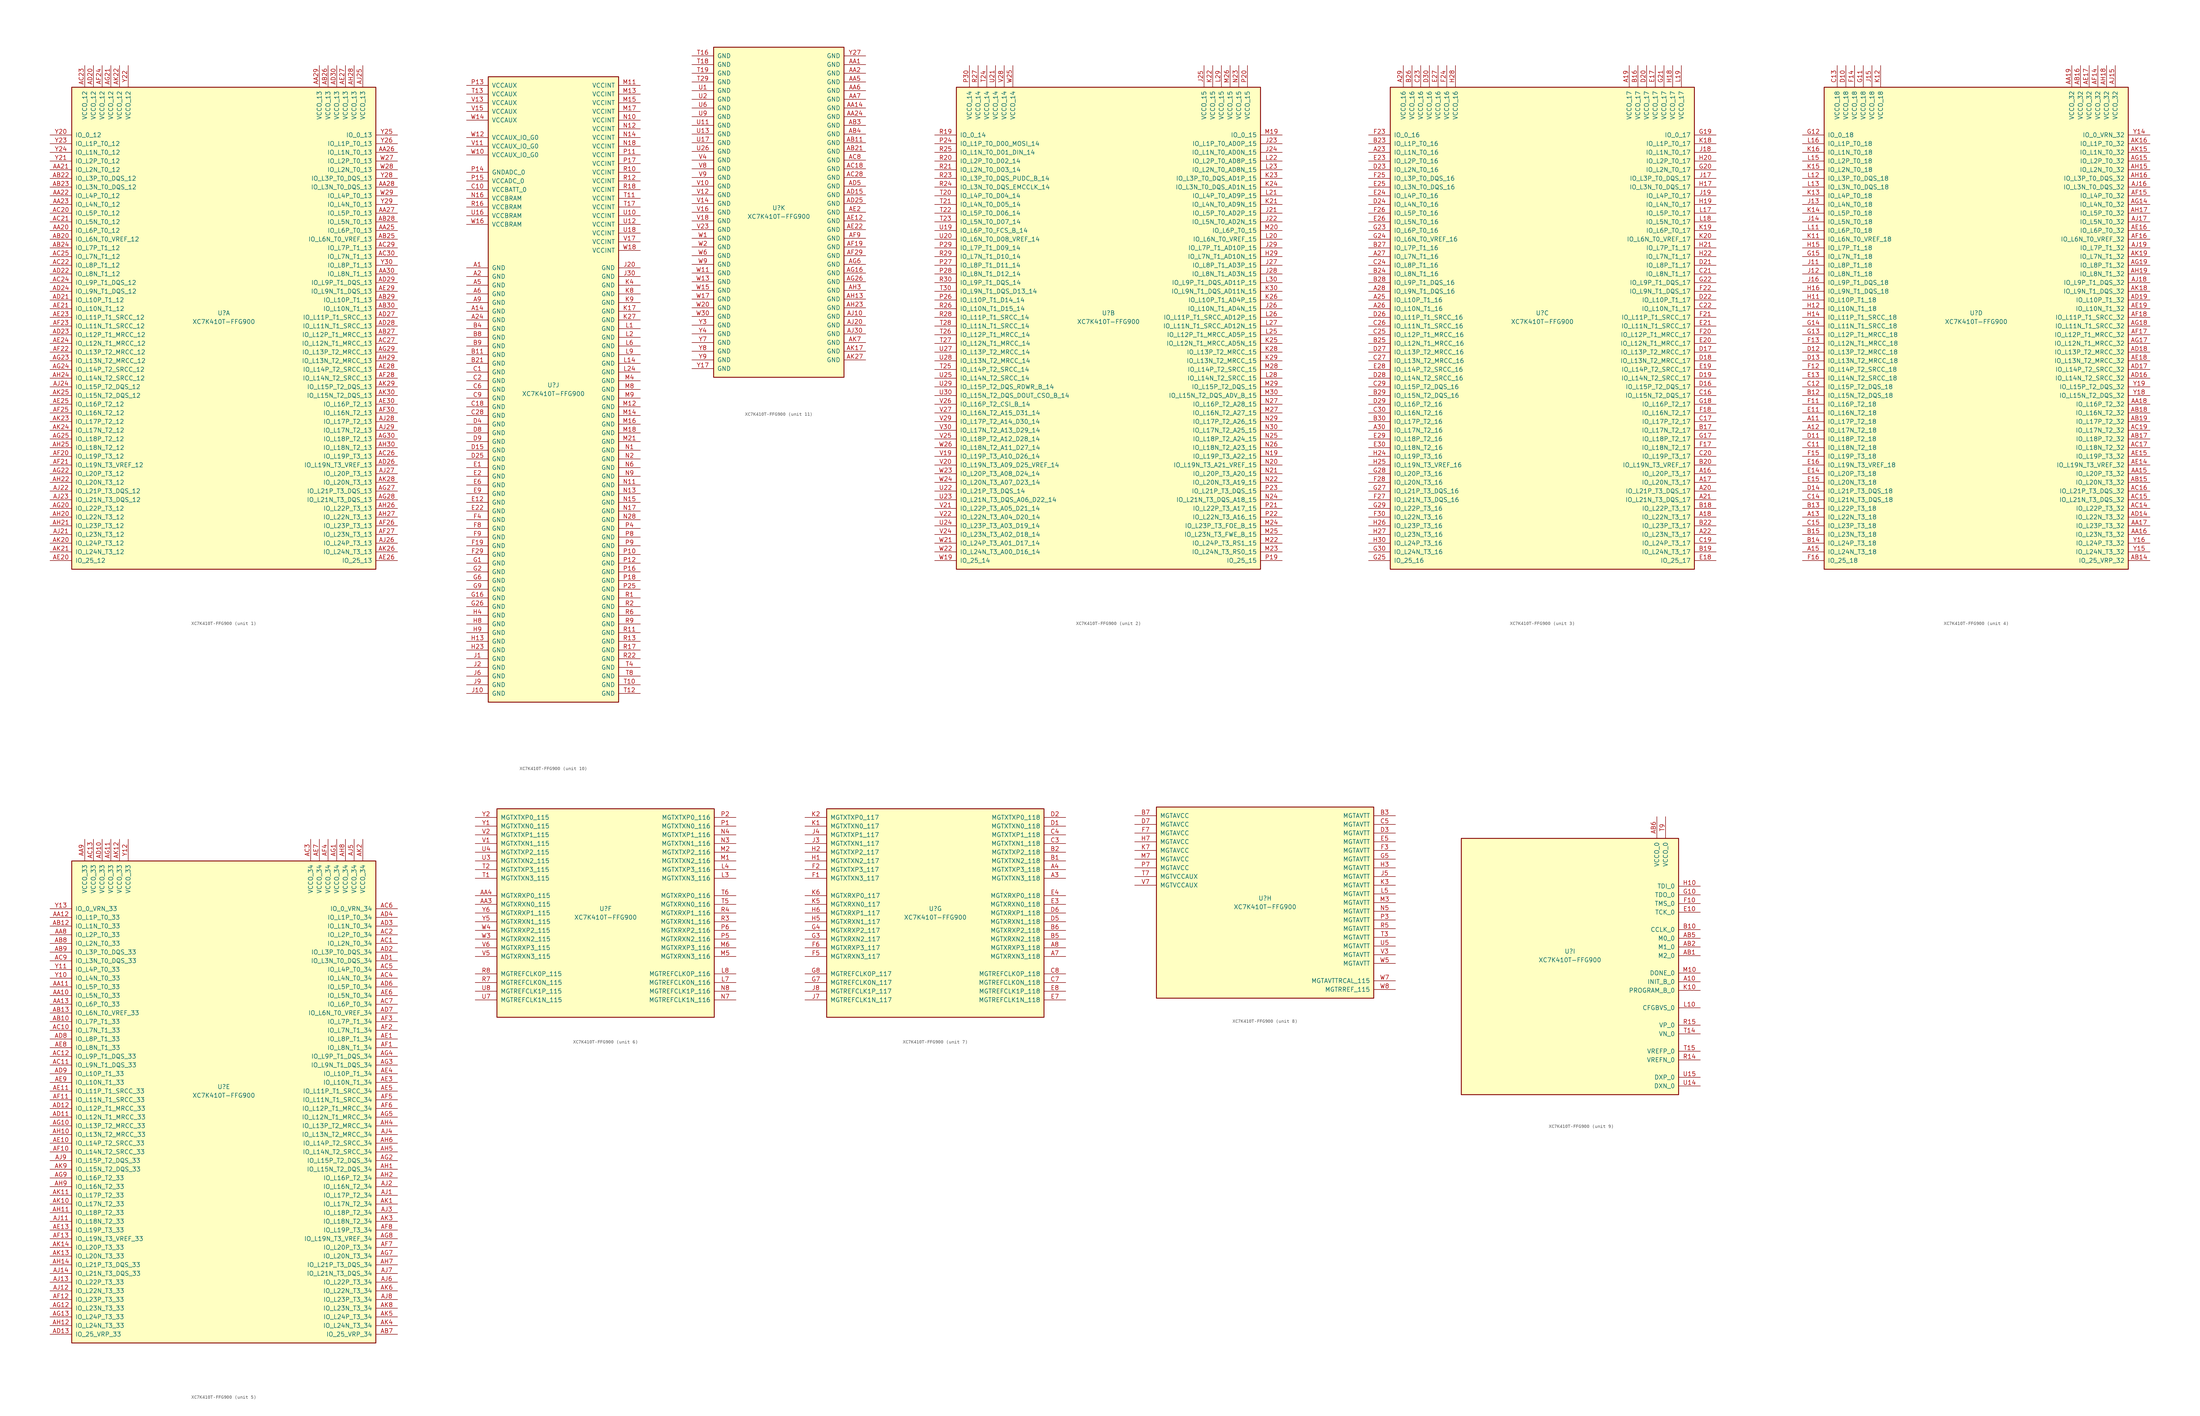
<source format=kicad_sym>
(kicad_symbol_lib
  (version 20201005)
  (generator kicad_symbol_editor)
  (symbol "XC7K410T-FFG900"
    (pin_names
      (offset 1.016))
    (property "Reference" "U"
      (at 0 1.27 0)
      (effects (font (size 1.27 1.27))))
    (property "Value" "XC7K410T-FFG900"
      (at 0 -1.27 0)
      (effects (font (size 1.27 1.27))))
    (property "Datasheet" ""
      (at 0 0 0)
      (effects (font (size 1.27 1.27))))
    (property "ki_locked" ""
      (at 0 0 0)
      (effects (font (size 1.27 1.27))))
    (symbol "XC7K410T-FFG900_1_1"
      (rectangle (start -44.45 67.31) (end 44.45 -73.66) (stroke (width 0.254)) (fill (type background)))
      (pin bidirectional line (at -50.8 25.4 0) (length 6.35) (name "IO_L6P_T0_12" (effects (font (size 1.27 1.27)))) (number "AA20" (effects (font (size 1.27 1.27)))))
      (pin bidirectional line (at -50.8 43.18 0) (length 6.35) (name "IO_L2N_T0_12" (effects (font (size 1.27 1.27)))) (number "AA21" (effects (font (size 1.27 1.27)))))
      (pin bidirectional line (at -50.8 35.56 0) (length 6.35) (name "IO_L4P_T0_12" (effects (font (size 1.27 1.27)))) (number "AA22" (effects (font (size 1.27 1.27)))))
      (pin bidirectional line (at -50.8 33.02 0) (length 6.35) (name "IO_L4N_T0_12" (effects (font (size 1.27 1.27)))) (number "AA23" (effects (font (size 1.27 1.27)))))
      (pin bidirectional line (at 50.8 25.4 180) (length 6.35) (name "IO_L6P_T0_13" (effects (font (size 1.27 1.27)))) (number "AA25" (effects (font (size 1.27 1.27)))))
      (pin bidirectional line (at 50.8 48.26 180) (length 6.35) (name "IO_L1N_T0_13" (effects (font (size 1.27 1.27)))) (number "AA26" (effects (font (size 1.27 1.27)))))
      (pin bidirectional line (at 50.8 30.48 180) (length 6.35) (name "IO_L5P_T0_13" (effects (font (size 1.27 1.27)))) (number "AA27" (effects (font (size 1.27 1.27)))))
      (pin bidirectional line (at 50.8 38.1 180) (length 6.35) (name "IO_L3N_T0_DQS_13" (effects (font (size 1.27 1.27)))) (number "AA28" (effects (font (size 1.27 1.27)))))
      (pin power_in line (at 27.94 73.66 270) (length 6.35) (name "VCCO_13" (effects (font (size 1.27 1.27)))) (number "AA29" (effects (font (size 1.27 1.27)))))
      (pin bidirectional line (at 50.8 12.7 180) (length 6.35) (name "IO_L8N_T1_13" (effects (font (size 1.27 1.27)))) (number "AA30" (effects (font (size 1.27 1.27)))))
      (pin bidirectional line (at -50.8 22.86 0) (length 6.35) (name "IO_L6N_T0_VREF_12" (effects (font (size 1.27 1.27)))) (number "AB20" (effects (font (size 1.27 1.27)))))
      (pin bidirectional line (at -50.8 40.64 0) (length 6.35) (name "IO_L3P_T0_DQS_12" (effects (font (size 1.27 1.27)))) (number "AB22" (effects (font (size 1.27 1.27)))))
      (pin bidirectional line (at -50.8 38.1 0) (length 6.35) (name "IO_L3N_T0_DQS_12" (effects (font (size 1.27 1.27)))) (number "AB23" (effects (font (size 1.27 1.27)))))
      (pin bidirectional line (at -50.8 20.32 0) (length 6.35) (name "IO_L7P_T1_12" (effects (font (size 1.27 1.27)))) (number "AB24" (effects (font (size 1.27 1.27)))))
      (pin bidirectional line (at 50.8 22.86 180) (length 6.35) (name "IO_L6N_T0_VREF_13" (effects (font (size 1.27 1.27)))) (number "AB25" (effects (font (size 1.27 1.27)))))
      (pin power_in line (at 30.48 73.66 270) (length 6.35) (name "VCCO_13" (effects (font (size 1.27 1.27)))) (number "AB26" (effects (font (size 1.27 1.27)))))
      (pin bidirectional line (at 50.8 -5.08 180) (length 6.35) (name "IO_L12P_T1_MRCC_13" (effects (font (size 1.27 1.27)))) (number "AB27" (effects (font (size 1.27 1.27)))))
      (pin bidirectional line (at 50.8 27.94 180) (length 6.35) (name "IO_L5N_T0_13" (effects (font (size 1.27 1.27)))) (number "AB28" (effects (font (size 1.27 1.27)))))
      (pin bidirectional line (at 50.8 5.08 180) (length 6.35) (name "IO_L10P_T1_13" (effects (font (size 1.27 1.27)))) (number "AB29" (effects (font (size 1.27 1.27)))))
      (pin bidirectional line (at 50.8 2.54 180) (length 6.35) (name "IO_L10N_T1_13" (effects (font (size 1.27 1.27)))) (number "AB30" (effects (font (size 1.27 1.27)))))
      (pin bidirectional line (at -50.8 30.48 0) (length 6.35) (name "IO_L5P_T0_12" (effects (font (size 1.27 1.27)))) (number "AC20" (effects (font (size 1.27 1.27)))))
      (pin bidirectional line (at -50.8 27.94 0) (length 6.35) (name "IO_L5N_T0_12" (effects (font (size 1.27 1.27)))) (number "AC21" (effects (font (size 1.27 1.27)))))
      (pin bidirectional line (at -50.8 15.24 0) (length 6.35) (name "IO_L8P_T1_12" (effects (font (size 1.27 1.27)))) (number "AC22" (effects (font (size 1.27 1.27)))))
      (pin power_in line (at -40.64 73.66 270) (length 6.35) (name "VCCO_12" (effects (font (size 1.27 1.27)))) (number "AC23" (effects (font (size 1.27 1.27)))))
      (pin bidirectional line (at -50.8 10.16 0) (length 6.35) (name "IO_L9P_T1_DQS_12" (effects (font (size 1.27 1.27)))) (number "AC24" (effects (font (size 1.27 1.27)))))
      (pin bidirectional line (at -50.8 17.78 0) (length 6.35) (name "IO_L7N_T1_12" (effects (font (size 1.27 1.27)))) (number "AC25" (effects (font (size 1.27 1.27)))))
      (pin bidirectional line (at 50.8 -40.64 180) (length 6.35) (name "IO_L19P_T3_13" (effects (font (size 1.27 1.27)))) (number "AC26" (effects (font (size 1.27 1.27)))))
      (pin bidirectional line (at 50.8 -7.62 180) (length 6.35) (name "IO_L12N_T1_MRCC_13" (effects (font (size 1.27 1.27)))) (number "AC27" (effects (font (size 1.27 1.27)))))
      (pin bidirectional line (at 50.8 20.32 180) (length 6.35) (name "IO_L7P_T1_13" (effects (font (size 1.27 1.27)))) (number "AC29" (effects (font (size 1.27 1.27)))))
      (pin bidirectional line (at 50.8 17.78 180) (length 6.35) (name "IO_L7N_T1_13" (effects (font (size 1.27 1.27)))) (number "AC30" (effects (font (size 1.27 1.27)))))
      (pin power_in line (at -38.1 73.66 270) (length 6.35) (name "VCCO_12" (effects (font (size 1.27 1.27)))) (number "AD20" (effects (font (size 1.27 1.27)))))
      (pin bidirectional line (at -50.8 5.08 0) (length 6.35) (name "IO_L10P_T1_12" (effects (font (size 1.27 1.27)))) (number "AD21" (effects (font (size 1.27 1.27)))))
      (pin bidirectional line (at -50.8 12.7 0) (length 6.35) (name "IO_L8N_T1_12" (effects (font (size 1.27 1.27)))) (number "AD22" (effects (font (size 1.27 1.27)))))
      (pin bidirectional line (at -50.8 -5.08 0) (length 6.35) (name "IO_L12P_T1_MRCC_12" (effects (font (size 1.27 1.27)))) (number "AD23" (effects (font (size 1.27 1.27)))))
      (pin bidirectional line (at -50.8 7.62 0) (length 6.35) (name "IO_L9N_T1_DQS_12" (effects (font (size 1.27 1.27)))) (number "AD24" (effects (font (size 1.27 1.27)))))
      (pin bidirectional line (at 50.8 -43.18 180) (length 6.35) (name "IO_L19N_T3_VREF_13" (effects (font (size 1.27 1.27)))) (number "AD26" (effects (font (size 1.27 1.27)))))
      (pin bidirectional line (at 50.8 0 180) (length 6.35) (name "IO_L11P_T1_SRCC_13" (effects (font (size 1.27 1.27)))) (number "AD27" (effects (font (size 1.27 1.27)))))
      (pin bidirectional line (at 50.8 -2.54 180) (length 6.35) (name "IO_L11N_T1_SRCC_13" (effects (font (size 1.27 1.27)))) (number "AD28" (effects (font (size 1.27 1.27)))))
      (pin bidirectional line (at 50.8 10.16 180) (length 6.35) (name "IO_L9P_T1_DQS_13" (effects (font (size 1.27 1.27)))) (number "AD29" (effects (font (size 1.27 1.27)))))
      (pin power_in line (at 33.02 73.66 270) (length 6.35) (name "VCCO_13" (effects (font (size 1.27 1.27)))) (number "AD30" (effects (font (size 1.27 1.27)))))
      (pin bidirectional line (at -50.8 -71.12 0) (length 6.35) (name "IO_25_12" (effects (font (size 1.27 1.27)))) (number "AE20" (effects (font (size 1.27 1.27)))))
      (pin bidirectional line (at -50.8 2.54 0) (length 6.35) (name "IO_L10N_T1_12" (effects (font (size 1.27 1.27)))) (number "AE21" (effects (font (size 1.27 1.27)))))
      (pin bidirectional line (at -50.8 0 0) (length 6.35) (name "IO_L11P_T1_SRCC_12" (effects (font (size 1.27 1.27)))) (number "AE23" (effects (font (size 1.27 1.27)))))
      (pin bidirectional line (at -50.8 -7.62 0) (length 6.35) (name "IO_L12N_T1_MRCC_12" (effects (font (size 1.27 1.27)))) (number "AE24" (effects (font (size 1.27 1.27)))))
      (pin bidirectional line (at -50.8 -25.4 0) (length 6.35) (name "IO_L16P_T2_12" (effects (font (size 1.27 1.27)))) (number "AE25" (effects (font (size 1.27 1.27)))))
      (pin bidirectional line (at 50.8 -71.12 180) (length 6.35) (name "IO_25_13" (effects (font (size 1.27 1.27)))) (number "AE26" (effects (font (size 1.27 1.27)))))
      (pin power_in line (at 35.56 73.66 270) (length 6.35) (name "VCCO_13" (effects (font (size 1.27 1.27)))) (number "AE27" (effects (font (size 1.27 1.27)))))
      (pin bidirectional line (at 50.8 -15.24 180) (length 6.35) (name "IO_L14P_T2_SRCC_13" (effects (font (size 1.27 1.27)))) (number "AE28" (effects (font (size 1.27 1.27)))))
      (pin bidirectional line (at 50.8 7.62 180) (length 6.35) (name "IO_L9N_T1_DQS_13" (effects (font (size 1.27 1.27)))) (number "AE29" (effects (font (size 1.27 1.27)))))
      (pin bidirectional line (at 50.8 -25.4 180) (length 6.35) (name "IO_L16P_T2_13" (effects (font (size 1.27 1.27)))) (number "AE30" (effects (font (size 1.27 1.27)))))
      (pin bidirectional line (at -50.8 -40.64 0) (length 6.35) (name "IO_L19P_T3_12" (effects (font (size 1.27 1.27)))) (number "AF20" (effects (font (size 1.27 1.27)))))
      (pin bidirectional line (at -50.8 -43.18 0) (length 6.35) (name "IO_L19N_T3_VREF_12" (effects (font (size 1.27 1.27)))) (number "AF21" (effects (font (size 1.27 1.27)))))
      (pin bidirectional line (at -50.8 -10.16 0) (length 6.35) (name "IO_L13P_T2_MRCC_12" (effects (font (size 1.27 1.27)))) (number "AF22" (effects (font (size 1.27 1.27)))))
      (pin bidirectional line (at -50.8 -2.54 0) (length 6.35) (name "IO_L11N_T1_SRCC_12" (effects (font (size 1.27 1.27)))) (number "AF23" (effects (font (size 1.27 1.27)))))
      (pin power_in line (at -35.56 73.66 270) (length 6.35) (name "VCCO_12" (effects (font (size 1.27 1.27)))) (number "AF24" (effects (font (size 1.27 1.27)))))
      (pin bidirectional line (at -50.8 -27.94 0) (length 6.35) (name "IO_L16N_T2_12" (effects (font (size 1.27 1.27)))) (number "AF25" (effects (font (size 1.27 1.27)))))
      (pin bidirectional line (at 50.8 -60.96 180) (length 6.35) (name "IO_L23P_T3_13" (effects (font (size 1.27 1.27)))) (number "AF26" (effects (font (size 1.27 1.27)))))
      (pin bidirectional line (at 50.8 -63.5 180) (length 6.35) (name "IO_L23N_T3_13" (effects (font (size 1.27 1.27)))) (number "AF27" (effects (font (size 1.27 1.27)))))
      (pin bidirectional line (at 50.8 -17.78 180) (length 6.35) (name "IO_L14N_T2_SRCC_13" (effects (font (size 1.27 1.27)))) (number "AF28" (effects (font (size 1.27 1.27)))))
      (pin bidirectional line (at 50.8 -27.94 180) (length 6.35) (name "IO_L16N_T2_13" (effects (font (size 1.27 1.27)))) (number "AF30" (effects (font (size 1.27 1.27)))))
      (pin bidirectional line (at -50.8 -55.88 0) (length 6.35) (name "IO_L22P_T3_12" (effects (font (size 1.27 1.27)))) (number "AG20" (effects (font (size 1.27 1.27)))))
      (pin power_in line (at -33.02 73.66 270) (length 6.35) (name "VCCO_12" (effects (font (size 1.27 1.27)))) (number "AG21" (effects (font (size 1.27 1.27)))))
      (pin bidirectional line (at -50.8 -45.72 0) (length 6.35) (name "IO_L20P_T3_12" (effects (font (size 1.27 1.27)))) (number "AG22" (effects (font (size 1.27 1.27)))))
      (pin bidirectional line (at -50.8 -12.7 0) (length 6.35) (name "IO_L13N_T2_MRCC_12" (effects (font (size 1.27 1.27)))) (number "AG23" (effects (font (size 1.27 1.27)))))
      (pin bidirectional line (at -50.8 -15.24 0) (length 6.35) (name "IO_L14P_T2_SRCC_12" (effects (font (size 1.27 1.27)))) (number "AG24" (effects (font (size 1.27 1.27)))))
      (pin bidirectional line (at -50.8 -35.56 0) (length 6.35) (name "IO_L18P_T2_12" (effects (font (size 1.27 1.27)))) (number "AG25" (effects (font (size 1.27 1.27)))))
      (pin bidirectional line (at 50.8 -50.8 180) (length 6.35) (name "IO_L21P_T3_DQS_13" (effects (font (size 1.27 1.27)))) (number "AG27" (effects (font (size 1.27 1.27)))))
      (pin bidirectional line (at 50.8 -53.34 180) (length 6.35) (name "IO_L21N_T3_DQS_13" (effects (font (size 1.27 1.27)))) (number "AG28" (effects (font (size 1.27 1.27)))))
      (pin bidirectional line (at 50.8 -10.16 180) (length 6.35) (name "IO_L13P_T2_MRCC_13" (effects (font (size 1.27 1.27)))) (number "AG29" (effects (font (size 1.27 1.27)))))
      (pin bidirectional line (at 50.8 -35.56 180) (length 6.35) (name "IO_L18P_T2_13" (effects (font (size 1.27 1.27)))) (number "AG30" (effects (font (size 1.27 1.27)))))
      (pin bidirectional line (at -50.8 -58.42 0) (length 6.35) (name "IO_L22N_T3_12" (effects (font (size 1.27 1.27)))) (number "AH20" (effects (font (size 1.27 1.27)))))
      (pin bidirectional line (at -50.8 -60.96 0) (length 6.35) (name "IO_L23P_T3_12" (effects (font (size 1.27 1.27)))) (number "AH21" (effects (font (size 1.27 1.27)))))
      (pin bidirectional line (at -50.8 -48.26 0) (length 6.35) (name "IO_L20N_T3_12" (effects (font (size 1.27 1.27)))) (number "AH22" (effects (font (size 1.27 1.27)))))
      (pin bidirectional line (at -50.8 -17.78 0) (length 6.35) (name "IO_L14N_T2_SRCC_12" (effects (font (size 1.27 1.27)))) (number "AH24" (effects (font (size 1.27 1.27)))))
      (pin bidirectional line (at -50.8 -38.1 0) (length 6.35) (name "IO_L18N_T2_12" (effects (font (size 1.27 1.27)))) (number "AH25" (effects (font (size 1.27 1.27)))))
      (pin bidirectional line (at 50.8 -55.88 180) (length 6.35) (name "IO_L22P_T3_13" (effects (font (size 1.27 1.27)))) (number "AH26" (effects (font (size 1.27 1.27)))))
      (pin bidirectional line (at 50.8 -58.42 180) (length 6.35) (name "IO_L22N_T3_13" (effects (font (size 1.27 1.27)))) (number "AH27" (effects (font (size 1.27 1.27)))))
      (pin power_in line (at 38.1 73.66 270) (length 6.35) (name "VCCO_13" (effects (font (size 1.27 1.27)))) (number "AH28" (effects (font (size 1.27 1.27)))))
      (pin bidirectional line (at 50.8 -12.7 180) (length 6.35) (name "IO_L13N_T2_MRCC_13" (effects (font (size 1.27 1.27)))) (number "AH29" (effects (font (size 1.27 1.27)))))
      (pin bidirectional line (at 50.8 -38.1 180) (length 6.35) (name "IO_L18N_T2_13" (effects (font (size 1.27 1.27)))) (number "AH30" (effects (font (size 1.27 1.27)))))
      (pin bidirectional line (at -50.8 -63.5 0) (length 6.35) (name "IO_L23N_T3_12" (effects (font (size 1.27 1.27)))) (number "AJ21" (effects (font (size 1.27 1.27)))))
      (pin bidirectional line (at -50.8 -50.8 0) (length 6.35) (name "IO_L21P_T3_DQS_12" (effects (font (size 1.27 1.27)))) (number "AJ22" (effects (font (size 1.27 1.27)))))
      (pin bidirectional line (at -50.8 -53.34 0) (length 6.35) (name "IO_L21N_T3_DQS_12" (effects (font (size 1.27 1.27)))) (number "AJ23" (effects (font (size 1.27 1.27)))))
      (pin bidirectional line (at -50.8 -20.32 0) (length 6.35) (name "IO_L15P_T2_DQS_12" (effects (font (size 1.27 1.27)))) (number "AJ24" (effects (font (size 1.27 1.27)))))
      (pin power_in line (at 40.64 73.66 270) (length 6.35) (name "VCCO_13" (effects (font (size 1.27 1.27)))) (number "AJ25" (effects (font (size 1.27 1.27)))))
      (pin bidirectional line (at 50.8 -66.04 180) (length 6.35) (name "IO_L24P_T3_13" (effects (font (size 1.27 1.27)))) (number "AJ26" (effects (font (size 1.27 1.27)))))
      (pin bidirectional line (at 50.8 -45.72 180) (length 6.35) (name "IO_L20P_T3_13" (effects (font (size 1.27 1.27)))) (number "AJ27" (effects (font (size 1.27 1.27)))))
      (pin bidirectional line (at 50.8 -30.48 180) (length 6.35) (name "IO_L17P_T2_13" (effects (font (size 1.27 1.27)))) (number "AJ28" (effects (font (size 1.27 1.27)))))
      (pin bidirectional line (at 50.8 -33.02 180) (length 6.35) (name "IO_L17N_T2_13" (effects (font (size 1.27 1.27)))) (number "AJ29" (effects (font (size 1.27 1.27)))))
      (pin bidirectional line (at -50.8 -66.04 0) (length 6.35) (name "IO_L24P_T3_12" (effects (font (size 1.27 1.27)))) (number "AK20" (effects (font (size 1.27 1.27)))))
      (pin bidirectional line (at -50.8 -68.58 0) (length 6.35) (name "IO_L24N_T3_12" (effects (font (size 1.27 1.27)))) (number "AK21" (effects (font (size 1.27 1.27)))))
      (pin power_in line (at -30.48 73.66 270) (length 6.35) (name "VCCO_12" (effects (font (size 1.27 1.27)))) (number "AK22" (effects (font (size 1.27 1.27)))))
      (pin bidirectional line (at -50.8 -30.48 0) (length 6.35) (name "IO_L17P_T2_12" (effects (font (size 1.27 1.27)))) (number "AK23" (effects (font (size 1.27 1.27)))))
      (pin bidirectional line (at -50.8 -33.02 0) (length 6.35) (name "IO_L17N_T2_12" (effects (font (size 1.27 1.27)))) (number "AK24" (effects (font (size 1.27 1.27)))))
      (pin bidirectional line (at -50.8 -22.86 0) (length 6.35) (name "IO_L15N_T2_DQS_12" (effects (font (size 1.27 1.27)))) (number "AK25" (effects (font (size 1.27 1.27)))))
      (pin bidirectional line (at 50.8 -68.58 180) (length 6.35) (name "IO_L24N_T3_13" (effects (font (size 1.27 1.27)))) (number "AK26" (effects (font (size 1.27 1.27)))))
      (pin bidirectional line (at 50.8 -48.26 180) (length 6.35) (name "IO_L20N_T3_13" (effects (font (size 1.27 1.27)))) (number "AK28" (effects (font (size 1.27 1.27)))))
      (pin bidirectional line (at 50.8 -20.32 180) (length 6.35) (name "IO_L15P_T2_DQS_13" (effects (font (size 1.27 1.27)))) (number "AK29" (effects (font (size 1.27 1.27)))))
      (pin bidirectional line (at 50.8 -22.86 180) (length 6.35) (name "IO_L15N_T2_DQS_13" (effects (font (size 1.27 1.27)))) (number "AK30" (effects (font (size 1.27 1.27)))))
      (pin bidirectional line (at 50.8 45.72 180) (length 6.35) (name "IO_L2P_T0_13" (effects (font (size 1.27 1.27)))) (number "W27" (effects (font (size 1.27 1.27)))))
      (pin bidirectional line (at 50.8 43.18 180) (length 6.35) (name "IO_L2N_T0_13" (effects (font (size 1.27 1.27)))) (number "W28" (effects (font (size 1.27 1.27)))))
      (pin bidirectional line (at 50.8 35.56 180) (length 6.35) (name "IO_L4P_T0_13" (effects (font (size 1.27 1.27)))) (number "W29" (effects (font (size 1.27 1.27)))))
      (pin bidirectional line (at -50.8 53.34 0) (length 6.35) (name "IO_0_12" (effects (font (size 1.27 1.27)))) (number "Y20" (effects (font (size 1.27 1.27)))))
      (pin bidirectional line (at -50.8 45.72 0) (length 6.35) (name "IO_L2P_T0_12" (effects (font (size 1.27 1.27)))) (number "Y21" (effects (font (size 1.27 1.27)))))
      (pin power_in line (at -27.94 73.66 270) (length 6.35) (name "VCCO_12" (effects (font (size 1.27 1.27)))) (number "Y22" (effects (font (size 1.27 1.27)))))
      (pin bidirectional line (at -50.8 50.8 0) (length 6.35) (name "IO_L1P_T0_12" (effects (font (size 1.27 1.27)))) (number "Y23" (effects (font (size 1.27 1.27)))))
      (pin bidirectional line (at -50.8 48.26 0) (length 6.35) (name "IO_L1N_T0_12" (effects (font (size 1.27 1.27)))) (number "Y24" (effects (font (size 1.27 1.27)))))
      (pin bidirectional line (at 50.8 53.34 180) (length 6.35) (name "IO_0_13" (effects (font (size 1.27 1.27)))) (number "Y25" (effects (font (size 1.27 1.27)))))
      (pin bidirectional line (at 50.8 50.8 180) (length 6.35) (name "IO_L1P_T0_13" (effects (font (size 1.27 1.27)))) (number "Y26" (effects (font (size 1.27 1.27)))))
      (pin bidirectional line (at 50.8 40.64 180) (length 6.35) (name "IO_L3P_T0_DQS_13" (effects (font (size 1.27 1.27)))) (number "Y28" (effects (font (size 1.27 1.27)))))
      (pin bidirectional line (at 50.8 33.02 180) (length 6.35) (name "IO_L4N_T0_13" (effects (font (size 1.27 1.27)))) (number "Y29" (effects (font (size 1.27 1.27)))))
      (pin bidirectional line (at 50.8 15.24 180) (length 6.35) (name "IO_L8P_T1_13" (effects (font (size 1.27 1.27)))) (number "Y30" (effects (font (size 1.27 1.27))))))
    (symbol "XC7K410T-FFG900_2_1"
      (rectangle (start -44.45 67.31) (end 44.45 -73.66) (stroke (width 0.254)) (fill (type background)))
      (pin bidirectional line (at 50.8 17.78 180) (length 6.35) (name "IO_L7N_T1_AD10N_15" (effects (font (size 1.27 1.27)))) (number "H29" (effects (font (size 1.27 1.27)))))
      (pin bidirectional line (at 50.8 30.48 180) (length 6.35) (name "IO_L5P_T0_AD2P_15" (effects (font (size 1.27 1.27)))) (number "J21" (effects (font (size 1.27 1.27)))))
      (pin bidirectional line (at 50.8 27.94 180) (length 6.35) (name "IO_L5N_T0_AD2N_15" (effects (font (size 1.27 1.27)))) (number "J22" (effects (font (size 1.27 1.27)))))
      (pin bidirectional line (at 50.8 50.8 180) (length 6.35) (name "IO_L1P_T0_AD0P_15" (effects (font (size 1.27 1.27)))) (number "J23" (effects (font (size 1.27 1.27)))))
      (pin bidirectional line (at 50.8 48.26 180) (length 6.35) (name "IO_L1N_T0_AD0N_15" (effects (font (size 1.27 1.27)))) (number "J24" (effects (font (size 1.27 1.27)))))
      (pin power_in line (at 27.94 73.66 270) (length 6.35) (name "VCCO_15" (effects (font (size 1.27 1.27)))) (number "J25" (effects (font (size 1.27 1.27)))))
      (pin bidirectional line (at 50.8 2.54 180) (length 6.35) (name "IO_L10N_T1_AD4N_15" (effects (font (size 1.27 1.27)))) (number "J26" (effects (font (size 1.27 1.27)))))
      (pin bidirectional line (at 50.8 15.24 180) (length 6.35) (name "IO_L8P_T1_AD3P_15" (effects (font (size 1.27 1.27)))) (number "J27" (effects (font (size 1.27 1.27)))))
      (pin bidirectional line (at 50.8 12.7 180) (length 6.35) (name "IO_L8N_T1_AD3N_15" (effects (font (size 1.27 1.27)))) (number "J28" (effects (font (size 1.27 1.27)))))
      (pin bidirectional line (at 50.8 20.32 180) (length 6.35) (name "IO_L7P_T1_AD10P_15" (effects (font (size 1.27 1.27)))) (number "J29" (effects (font (size 1.27 1.27)))))
      (pin bidirectional line (at 50.8 33.02 180) (length 6.35) (name "IO_L4N_T0_AD9N_15" (effects (font (size 1.27 1.27)))) (number "K21" (effects (font (size 1.27 1.27)))))
      (pin power_in line (at 30.48 73.66 270) (length 6.35) (name "VCCO_15" (effects (font (size 1.27 1.27)))) (number "K22" (effects (font (size 1.27 1.27)))))
      (pin bidirectional line (at 50.8 40.64 180) (length 6.35) (name "IO_L3P_T0_DQS_AD1P_15" (effects (font (size 1.27 1.27)))) (number "K23" (effects (font (size 1.27 1.27)))))
      (pin bidirectional line (at 50.8 38.1 180) (length 6.35) (name "IO_L3N_T0_DQS_AD1N_15" (effects (font (size 1.27 1.27)))) (number "K24" (effects (font (size 1.27 1.27)))))
      (pin bidirectional line (at 50.8 -7.62 180) (length 6.35) (name "IO_L12N_T1_MRCC_AD5N_15" (effects (font (size 1.27 1.27)))) (number "K25" (effects (font (size 1.27 1.27)))))
      (pin bidirectional line (at 50.8 5.08 180) (length 6.35) (name "IO_L10P_T1_AD4P_15" (effects (font (size 1.27 1.27)))) (number "K26" (effects (font (size 1.27 1.27)))))
      (pin bidirectional line (at 50.8 -10.16 180) (length 6.35) (name "IO_L13P_T2_MRCC_15" (effects (font (size 1.27 1.27)))) (number "K28" (effects (font (size 1.27 1.27)))))
      (pin bidirectional line (at 50.8 -12.7 180) (length 6.35) (name "IO_L13N_T2_MRCC_15" (effects (font (size 1.27 1.27)))) (number "K29" (effects (font (size 1.27 1.27)))))
      (pin bidirectional line (at 50.8 7.62 180) (length 6.35) (name "IO_L9N_T1_DQS_AD11N_15" (effects (font (size 1.27 1.27)))) (number "K30" (effects (font (size 1.27 1.27)))))
      (pin bidirectional line (at 50.8 22.86 180) (length 6.35) (name "IO_L6N_T0_VREF_15" (effects (font (size 1.27 1.27)))) (number "L20" (effects (font (size 1.27 1.27)))))
      (pin bidirectional line (at 50.8 35.56 180) (length 6.35) (name "IO_L4P_T0_AD9P_15" (effects (font (size 1.27 1.27)))) (number "L21" (effects (font (size 1.27 1.27)))))
      (pin bidirectional line (at 50.8 45.72 180) (length 6.35) (name "IO_L2P_T0_AD8P_15" (effects (font (size 1.27 1.27)))) (number "L22" (effects (font (size 1.27 1.27)))))
      (pin bidirectional line (at 50.8 43.18 180) (length 6.35) (name "IO_L2N_T0_AD8N_15" (effects (font (size 1.27 1.27)))) (number "L23" (effects (font (size 1.27 1.27)))))
      (pin bidirectional line (at 50.8 -5.08 180) (length 6.35) (name "IO_L12P_T1_MRCC_AD5P_15" (effects (font (size 1.27 1.27)))) (number "L25" (effects (font (size 1.27 1.27)))))
      (pin bidirectional line (at 50.8 0 180) (length 6.35) (name "IO_L11P_T1_SRCC_AD12P_15" (effects (font (size 1.27 1.27)))) (number "L26" (effects (font (size 1.27 1.27)))))
      (pin bidirectional line (at 50.8 -2.54 180) (length 6.35) (name "IO_L11N_T1_SRCC_AD12N_15" (effects (font (size 1.27 1.27)))) (number "L27" (effects (font (size 1.27 1.27)))))
      (pin bidirectional line (at 50.8 -17.78 180) (length 6.35) (name "IO_L14N_T2_SRCC_15" (effects (font (size 1.27 1.27)))) (number "L28" (effects (font (size 1.27 1.27)))))
      (pin power_in line (at 33.02 73.66 270) (length 6.35) (name "VCCO_15" (effects (font (size 1.27 1.27)))) (number "L29" (effects (font (size 1.27 1.27)))))
      (pin bidirectional line (at 50.8 10.16 180) (length 6.35) (name "IO_L9P_T1_DQS_AD11P_15" (effects (font (size 1.27 1.27)))) (number "L30" (effects (font (size 1.27 1.27)))))
      (pin bidirectional line (at 50.8 53.34 180) (length 6.35) (name "IO_0_15" (effects (font (size 1.27 1.27)))) (number "M19" (effects (font (size 1.27 1.27)))))
      (pin bidirectional line (at 50.8 25.4 180) (length 6.35) (name "IO_L6P_T0_15" (effects (font (size 1.27 1.27)))) (number "M20" (effects (font (size 1.27 1.27)))))
      (pin bidirectional line (at 50.8 -66.04 180) (length 6.35) (name "IO_L24P_T3_RS1_15" (effects (font (size 1.27 1.27)))) (number "M22" (effects (font (size 1.27 1.27)))))
      (pin bidirectional line (at 50.8 -68.58 180) (length 6.35) (name "IO_L24N_T3_RS0_15" (effects (font (size 1.27 1.27)))) (number "M23" (effects (font (size 1.27 1.27)))))
      (pin bidirectional line (at 50.8 -60.96 180) (length 6.35) (name "IO_L23P_T3_FOE_B_15" (effects (font (size 1.27 1.27)))) (number "M24" (effects (font (size 1.27 1.27)))))
      (pin bidirectional line (at 50.8 -63.5 180) (length 6.35) (name "IO_L23N_T3_FWE_B_15" (effects (font (size 1.27 1.27)))) (number "M25" (effects (font (size 1.27 1.27)))))
      (pin power_in line (at 35.56 73.66 270) (length 6.35) (name "VCCO_15" (effects (font (size 1.27 1.27)))) (number "M26" (effects (font (size 1.27 1.27)))))
      (pin bidirectional line (at 50.8 -27.94 180) (length 6.35) (name "IO_L16N_T2_A27_15" (effects (font (size 1.27 1.27)))) (number "M27" (effects (font (size 1.27 1.27)))))
      (pin bidirectional line (at 50.8 -15.24 180) (length 6.35) (name "IO_L14P_T2_SRCC_15" (effects (font (size 1.27 1.27)))) (number "M28" (effects (font (size 1.27 1.27)))))
      (pin bidirectional line (at 50.8 -20.32 180) (length 6.35) (name "IO_L15P_T2_DQS_15" (effects (font (size 1.27 1.27)))) (number "M29" (effects (font (size 1.27 1.27)))))
      (pin bidirectional line (at 50.8 -22.86 180) (length 6.35) (name "IO_L15N_T2_DQS_ADV_B_15" (effects (font (size 1.27 1.27)))) (number "M30" (effects (font (size 1.27 1.27)))))
      (pin bidirectional line (at 50.8 -40.64 180) (length 6.35) (name "IO_L19P_T3_A22_15" (effects (font (size 1.27 1.27)))) (number "N19" (effects (font (size 1.27 1.27)))))
      (pin bidirectional line (at 50.8 -43.18 180) (length 6.35) (name "IO_L19N_T3_A21_VREF_15" (effects (font (size 1.27 1.27)))) (number "N20" (effects (font (size 1.27 1.27)))))
      (pin bidirectional line (at 50.8 -45.72 180) (length 6.35) (name "IO_L20P_T3_A20_15" (effects (font (size 1.27 1.27)))) (number "N21" (effects (font (size 1.27 1.27)))))
      (pin bidirectional line (at 50.8 -48.26 180) (length 6.35) (name "IO_L20N_T3_A19_15" (effects (font (size 1.27 1.27)))) (number "N22" (effects (font (size 1.27 1.27)))))
      (pin power_in line (at 38.1 73.66 270) (length 6.35) (name "VCCO_15" (effects (font (size 1.27 1.27)))) (number "N23" (effects (font (size 1.27 1.27)))))
      (pin bidirectional line (at 50.8 -53.34 180) (length 6.35) (name "IO_L21N_T3_DQS_A18_15" (effects (font (size 1.27 1.27)))) (number "N24" (effects (font (size 1.27 1.27)))))
      (pin bidirectional line (at 50.8 -35.56 180) (length 6.35) (name "IO_L18P_T2_A24_15" (effects (font (size 1.27 1.27)))) (number "N25" (effects (font (size 1.27 1.27)))))
      (pin bidirectional line (at 50.8 -38.1 180) (length 6.35) (name "IO_L18N_T2_A23_15" (effects (font (size 1.27 1.27)))) (number "N26" (effects (font (size 1.27 1.27)))))
      (pin bidirectional line (at 50.8 -25.4 180) (length 6.35) (name "IO_L16P_T2_A28_15" (effects (font (size 1.27 1.27)))) (number "N27" (effects (font (size 1.27 1.27)))))
      (pin bidirectional line (at 50.8 -30.48 180) (length 6.35) (name "IO_L17P_T2_A26_15" (effects (font (size 1.27 1.27)))) (number "N29" (effects (font (size 1.27 1.27)))))
      (pin bidirectional line (at 50.8 -33.02 180) (length 6.35) (name "IO_L17N_T2_A25_15" (effects (font (size 1.27 1.27)))) (number "N30" (effects (font (size 1.27 1.27)))))
      (pin bidirectional line (at 50.8 -71.12 180) (length 6.35) (name "IO_25_15" (effects (font (size 1.27 1.27)))) (number "P19" (effects (font (size 1.27 1.27)))))
      (pin power_in line (at 40.64 73.66 270) (length 6.35) (name "VCCO_15" (effects (font (size 1.27 1.27)))) (number "P20" (effects (font (size 1.27 1.27)))))
      (pin bidirectional line (at 50.8 -55.88 180) (length 6.35) (name "IO_L22P_T3_A17_15" (effects (font (size 1.27 1.27)))) (number "P21" (effects (font (size 1.27 1.27)))))
      (pin bidirectional line (at 50.8 -58.42 180) (length 6.35) (name "IO_L22N_T3_A16_15" (effects (font (size 1.27 1.27)))) (number "P22" (effects (font (size 1.27 1.27)))))
      (pin bidirectional line (at 50.8 -50.8 180) (length 6.35) (name "IO_L21P_T3_DQS_15" (effects (font (size 1.27 1.27)))) (number "P23" (effects (font (size 1.27 1.27)))))
      (pin bidirectional line (at -50.8 50.8 0) (length 6.35) (name "IO_L1P_T0_D00_MOSI_14" (effects (font (size 1.27 1.27)))) (number "P24" (effects (font (size 1.27 1.27)))))
      (pin bidirectional line (at -50.8 5.08 0) (length 6.35) (name "IO_L10P_T1_D14_14" (effects (font (size 1.27 1.27)))) (number "P26" (effects (font (size 1.27 1.27)))))
      (pin bidirectional line (at -50.8 15.24 0) (length 6.35) (name "IO_L8P_T1_D11_14" (effects (font (size 1.27 1.27)))) (number "P27" (effects (font (size 1.27 1.27)))))
      (pin bidirectional line (at -50.8 12.7 0) (length 6.35) (name "IO_L8N_T1_D12_14" (effects (font (size 1.27 1.27)))) (number "P28" (effects (font (size 1.27 1.27)))))
      (pin bidirectional line (at -50.8 20.32 0) (length 6.35) (name "IO_L7P_T1_D09_14" (effects (font (size 1.27 1.27)))) (number "P29" (effects (font (size 1.27 1.27)))))
      (pin power_in line (at -40.64 73.66 270) (length 6.35) (name "VCCO_14" (effects (font (size 1.27 1.27)))) (number "P30" (effects (font (size 1.27 1.27)))))
      (pin bidirectional line (at -50.8 53.34 0) (length 6.35) (name "IO_0_14" (effects (font (size 1.27 1.27)))) (number "R19" (effects (font (size 1.27 1.27)))))
      (pin bidirectional line (at -50.8 45.72 0) (length 6.35) (name "IO_L2P_T0_D02_14" (effects (font (size 1.27 1.27)))) (number "R20" (effects (font (size 1.27 1.27)))))
      (pin bidirectional line (at -50.8 43.18 0) (length 6.35) (name "IO_L2N_T0_D03_14" (effects (font (size 1.27 1.27)))) (number "R21" (effects (font (size 1.27 1.27)))))
      (pin bidirectional line (at -50.8 40.64 0) (length 6.35) (name "IO_L3P_T0_DQS_PUDC_B_14" (effects (font (size 1.27 1.27)))) (number "R23" (effects (font (size 1.27 1.27)))))
      (pin bidirectional line (at -50.8 38.1 0) (length 6.35) (name "IO_L3N_T0_DQS_EMCCLK_14" (effects (font (size 1.27 1.27)))) (number "R24" (effects (font (size 1.27 1.27)))))
      (pin bidirectional line (at -50.8 48.26 0) (length 6.35) (name "IO_L1N_T0_D01_DIN_14" (effects (font (size 1.27 1.27)))) (number "R25" (effects (font (size 1.27 1.27)))))
      (pin bidirectional line (at -50.8 2.54 0) (length 6.35) (name "IO_L10N_T1_D15_14" (effects (font (size 1.27 1.27)))) (number "R26" (effects (font (size 1.27 1.27)))))
      (pin power_in line (at -38.1 73.66 270) (length 6.35) (name "VCCO_14" (effects (font (size 1.27 1.27)))) (number "R27" (effects (font (size 1.27 1.27)))))
      (pin bidirectional line (at -50.8 0 0) (length 6.35) (name "IO_L11P_T1_SRCC_14" (effects (font (size 1.27 1.27)))) (number "R28" (effects (font (size 1.27 1.27)))))
      (pin bidirectional line (at -50.8 17.78 0) (length 6.35) (name "IO_L7N_T1_D10_14" (effects (font (size 1.27 1.27)))) (number "R29" (effects (font (size 1.27 1.27)))))
      (pin bidirectional line (at -50.8 10.16 0) (length 6.35) (name "IO_L9P_T1_DQS_14" (effects (font (size 1.27 1.27)))) (number "R30" (effects (font (size 1.27 1.27)))))
      (pin bidirectional line (at -50.8 35.56 0) (length 6.35) (name "IO_L4P_T0_D04_14" (effects (font (size 1.27 1.27)))) (number "T20" (effects (font (size 1.27 1.27)))))
      (pin bidirectional line (at -50.8 33.02 0) (length 6.35) (name "IO_L4N_T0_D05_14" (effects (font (size 1.27 1.27)))) (number "T21" (effects (font (size 1.27 1.27)))))
      (pin bidirectional line (at -50.8 30.48 0) (length 6.35) (name "IO_L5P_T0_D06_14" (effects (font (size 1.27 1.27)))) (number "T22" (effects (font (size 1.27 1.27)))))
      (pin bidirectional line (at -50.8 27.94 0) (length 6.35) (name "IO_L5N_T0_D07_14" (effects (font (size 1.27 1.27)))) (number "T23" (effects (font (size 1.27 1.27)))))
      (pin power_in line (at -35.56 73.66 270) (length 6.35) (name "VCCO_14" (effects (font (size 1.27 1.27)))) (number "T24" (effects (font (size 1.27 1.27)))))
      (pin bidirectional line (at -50.8 -15.24 0) (length 6.35) (name "IO_L14P_T2_SRCC_14" (effects (font (size 1.27 1.27)))) (number "T25" (effects (font (size 1.27 1.27)))))
      (pin bidirectional line (at -50.8 -5.08 0) (length 6.35) (name "IO_L12P_T1_MRCC_14" (effects (font (size 1.27 1.27)))) (number "T26" (effects (font (size 1.27 1.27)))))
      (pin bidirectional line (at -50.8 -7.62 0) (length 6.35) (name "IO_L12N_T1_MRCC_14" (effects (font (size 1.27 1.27)))) (number "T27" (effects (font (size 1.27 1.27)))))
      (pin bidirectional line (at -50.8 -2.54 0) (length 6.35) (name "IO_L11N_T1_SRCC_14" (effects (font (size 1.27 1.27)))) (number "T28" (effects (font (size 1.27 1.27)))))
      (pin bidirectional line (at -50.8 7.62 0) (length 6.35) (name "IO_L9N_T1_DQS_D13_14" (effects (font (size 1.27 1.27)))) (number "T30" (effects (font (size 1.27 1.27)))))
      (pin bidirectional line (at -50.8 25.4 0) (length 6.35) (name "IO_L6P_T0_FCS_B_14" (effects (font (size 1.27 1.27)))) (number "U19" (effects (font (size 1.27 1.27)))))
      (pin bidirectional line (at -50.8 22.86 0) (length 6.35) (name "IO_L6N_T0_D08_VREF_14" (effects (font (size 1.27 1.27)))) (number "U20" (effects (font (size 1.27 1.27)))))
      (pin power_in line (at -33.02 73.66 270) (length 6.35) (name "VCCO_14" (effects (font (size 1.27 1.27)))) (number "U21" (effects (font (size 1.27 1.27)))))
      (pin bidirectional line (at -50.8 -50.8 0) (length 6.35) (name "IO_L21P_T3_DQS_14" (effects (font (size 1.27 1.27)))) (number "U22" (effects (font (size 1.27 1.27)))))
      (pin bidirectional line (at -50.8 -53.34 0) (length 6.35) (name "IO_L21N_T3_DQS_A06_D22_14" (effects (font (size 1.27 1.27)))) (number "U23" (effects (font (size 1.27 1.27)))))
      (pin bidirectional line (at -50.8 -60.96 0) (length 6.35) (name "IO_L23P_T3_A03_D19_14" (effects (font (size 1.27 1.27)))) (number "U24" (effects (font (size 1.27 1.27)))))
      (pin bidirectional line (at -50.8 -17.78 0) (length 6.35) (name "IO_L14N_T2_SRCC_14" (effects (font (size 1.27 1.27)))) (number "U25" (effects (font (size 1.27 1.27)))))
      (pin bidirectional line (at -50.8 -10.16 0) (length 6.35) (name "IO_L13P_T2_MRCC_14" (effects (font (size 1.27 1.27)))) (number "U27" (effects (font (size 1.27 1.27)))))
      (pin bidirectional line (at -50.8 -12.7 0) (length 6.35) (name "IO_L13N_T2_MRCC_14" (effects (font (size 1.27 1.27)))) (number "U28" (effects (font (size 1.27 1.27)))))
      (pin bidirectional line (at -50.8 -20.32 0) (length 6.35) (name "IO_L15P_T2_DQS_RDWR_B_14" (effects (font (size 1.27 1.27)))) (number "U29" (effects (font (size 1.27 1.27)))))
      (pin bidirectional line (at -50.8 -22.86 0) (length 6.35) (name "IO_L15N_T2_DQS_DOUT_CSO_B_14" (effects (font (size 1.27 1.27)))) (number "U30" (effects (font (size 1.27 1.27)))))
      (pin bidirectional line (at -50.8 -40.64 0) (length 6.35) (name "IO_L19P_T3_A10_D26_14" (effects (font (size 1.27 1.27)))) (number "V19" (effects (font (size 1.27 1.27)))))
      (pin bidirectional line (at -50.8 -43.18 0) (length 6.35) (name "IO_L19N_T3_A09_D25_VREF_14" (effects (font (size 1.27 1.27)))) (number "V20" (effects (font (size 1.27 1.27)))))
      (pin bidirectional line (at -50.8 -55.88 0) (length 6.35) (name "IO_L22P_T3_A05_D21_14" (effects (font (size 1.27 1.27)))) (number "V21" (effects (font (size 1.27 1.27)))))
      (pin bidirectional line (at -50.8 -58.42 0) (length 6.35) (name "IO_L22N_T3_A04_D20_14" (effects (font (size 1.27 1.27)))) (number "V22" (effects (font (size 1.27 1.27)))))
      (pin bidirectional line (at -50.8 -63.5 0) (length 6.35) (name "IO_L23N_T3_A02_D18_14" (effects (font (size 1.27 1.27)))) (number "V24" (effects (font (size 1.27 1.27)))))
      (pin bidirectional line (at -50.8 -35.56 0) (length 6.35) (name "IO_L18P_T2_A12_D28_14" (effects (font (size 1.27 1.27)))) (number "V25" (effects (font (size 1.27 1.27)))))
      (pin bidirectional line (at -50.8 -25.4 0) (length 6.35) (name "IO_L16P_T2_CSI_B_14" (effects (font (size 1.27 1.27)))) (number "V26" (effects (font (size 1.27 1.27)))))
      (pin bidirectional line (at -50.8 -27.94 0) (length 6.35) (name "IO_L16N_T2_A15_D31_14" (effects (font (size 1.27 1.27)))) (number "V27" (effects (font (size 1.27 1.27)))))
      (pin power_in line (at -30.48 73.66 270) (length 6.35) (name "VCCO_14" (effects (font (size 1.27 1.27)))) (number "V28" (effects (font (size 1.27 1.27)))))
      (pin bidirectional line (at -50.8 -30.48 0) (length 6.35) (name "IO_L17P_T2_A14_D30_14" (effects (font (size 1.27 1.27)))) (number "V29" (effects (font (size 1.27 1.27)))))
      (pin bidirectional line (at -50.8 -33.02 0) (length 6.35) (name "IO_L17N_T2_A13_D29_14" (effects (font (size 1.27 1.27)))) (number "V30" (effects (font (size 1.27 1.27)))))
      (pin bidirectional line (at -50.8 -71.12 0) (length 6.35) (name "IO_25_14" (effects (font (size 1.27 1.27)))) (number "W19" (effects (font (size 1.27 1.27)))))
      (pin bidirectional line (at -50.8 -66.04 0) (length 6.35) (name "IO_L24P_T3_A01_D17_14" (effects (font (size 1.27 1.27)))) (number "W21" (effects (font (size 1.27 1.27)))))
      (pin bidirectional line (at -50.8 -68.58 0) (length 6.35) (name "IO_L24N_T3_A00_D16_14" (effects (font (size 1.27 1.27)))) (number "W22" (effects (font (size 1.27 1.27)))))
      (pin bidirectional line (at -50.8 -45.72 0) (length 6.35) (name "IO_L20P_T3_A08_D24_14" (effects (font (size 1.27 1.27)))) (number "W23" (effects (font (size 1.27 1.27)))))
      (pin bidirectional line (at -50.8 -48.26 0) (length 6.35) (name "IO_L20N_T3_A07_D23_14" (effects (font (size 1.27 1.27)))) (number "W24" (effects (font (size 1.27 1.27)))))
      (pin power_in line (at -27.94 73.66 270) (length 6.35) (name "VCCO_14" (effects (font (size 1.27 1.27)))) (number "W25" (effects (font (size 1.27 1.27)))))
      (pin bidirectional line (at -50.8 -38.1 0) (length 6.35) (name "IO_L18N_T2_A11_D27_14" (effects (font (size 1.27 1.27)))) (number "W26" (effects (font (size 1.27 1.27))))))
    (symbol "XC7K410T-FFG900_3_1"
      (rectangle (start -44.45 67.31) (end 44.45 -73.66) (stroke (width 0.254)) (fill (type background)))
      (pin bidirectional line (at 50.8 -45.72 180) (length 6.35) (name "IO_L20P_T3_17" (effects (font (size 1.27 1.27)))) (number "A16" (effects (font (size 1.27 1.27)))))
      (pin bidirectional line (at 50.8 -48.26 180) (length 6.35) (name "IO_L20N_T3_17" (effects (font (size 1.27 1.27)))) (number "A17" (effects (font (size 1.27 1.27)))))
      (pin bidirectional line (at 50.8 -58.42 180) (length 6.35) (name "IO_L22N_T3_17" (effects (font (size 1.27 1.27)))) (number "A18" (effects (font (size 1.27 1.27)))))
      (pin power_in line (at 25.4 73.66 270) (length 6.35) (name "VCCO_17" (effects (font (size 1.27 1.27)))) (number "A19" (effects (font (size 1.27 1.27)))))
      (pin bidirectional line (at 50.8 -50.8 180) (length 6.35) (name "IO_L21P_T3_DQS_17" (effects (font (size 1.27 1.27)))) (number "A20" (effects (font (size 1.27 1.27)))))
      (pin bidirectional line (at 50.8 -53.34 180) (length 6.35) (name "IO_L21N_T3_DQS_17" (effects (font (size 1.27 1.27)))) (number "A21" (effects (font (size 1.27 1.27)))))
      (pin bidirectional line (at 50.8 -63.5 180) (length 6.35) (name "IO_L23N_T3_17" (effects (font (size 1.27 1.27)))) (number "A22" (effects (font (size 1.27 1.27)))))
      (pin bidirectional line (at -50.8 48.26 0) (length 6.35) (name "IO_L1N_T0_16" (effects (font (size 1.27 1.27)))) (number "A23" (effects (font (size 1.27 1.27)))))
      (pin bidirectional line (at -50.8 5.08 0) (length 6.35) (name "IO_L10P_T1_16" (effects (font (size 1.27 1.27)))) (number "A25" (effects (font (size 1.27 1.27)))))
      (pin bidirectional line (at -50.8 2.54 0) (length 6.35) (name "IO_L10N_T1_16" (effects (font (size 1.27 1.27)))) (number "A26" (effects (font (size 1.27 1.27)))))
      (pin bidirectional line (at -50.8 17.78 0) (length 6.35) (name "IO_L7N_T1_16" (effects (font (size 1.27 1.27)))) (number "A27" (effects (font (size 1.27 1.27)))))
      (pin bidirectional line (at -50.8 7.62 0) (length 6.35) (name "IO_L9N_T1_DQS_16" (effects (font (size 1.27 1.27)))) (number "A28" (effects (font (size 1.27 1.27)))))
      (pin power_in line (at -40.64 73.66 270) (length 6.35) (name "VCCO_16" (effects (font (size 1.27 1.27)))) (number "A29" (effects (font (size 1.27 1.27)))))
      (pin bidirectional line (at -50.8 -33.02 0) (length 6.35) (name "IO_L17N_T2_16" (effects (font (size 1.27 1.27)))) (number "A30" (effects (font (size 1.27 1.27)))))
      (pin power_in line (at 27.94 73.66 270) (length 6.35) (name "VCCO_17" (effects (font (size 1.27 1.27)))) (number "B16" (effects (font (size 1.27 1.27)))))
      (pin bidirectional line (at 50.8 -33.02 180) (length 6.35) (name "IO_L17N_T2_17" (effects (font (size 1.27 1.27)))) (number "B17" (effects (font (size 1.27 1.27)))))
      (pin bidirectional line (at 50.8 -55.88 180) (length 6.35) (name "IO_L22P_T3_17" (effects (font (size 1.27 1.27)))) (number "B18" (effects (font (size 1.27 1.27)))))
      (pin bidirectional line (at 50.8 -68.58 180) (length 6.35) (name "IO_L24N_T3_17" (effects (font (size 1.27 1.27)))) (number "B19" (effects (font (size 1.27 1.27)))))
      (pin bidirectional line (at 50.8 -43.18 180) (length 6.35) (name "IO_L19N_T3_VREF_17" (effects (font (size 1.27 1.27)))) (number "B20" (effects (font (size 1.27 1.27)))))
      (pin bidirectional line (at 50.8 -60.96 180) (length 6.35) (name "IO_L23P_T3_17" (effects (font (size 1.27 1.27)))) (number "B22" (effects (font (size 1.27 1.27)))))
      (pin bidirectional line (at -50.8 50.8 0) (length 6.35) (name "IO_L1P_T0_16" (effects (font (size 1.27 1.27)))) (number "B23" (effects (font (size 1.27 1.27)))))
      (pin bidirectional line (at -50.8 12.7 0) (length 6.35) (name "IO_L8N_T1_16" (effects (font (size 1.27 1.27)))) (number "B24" (effects (font (size 1.27 1.27)))))
      (pin bidirectional line (at -50.8 -7.62 0) (length 6.35) (name "IO_L12N_T1_MRCC_16" (effects (font (size 1.27 1.27)))) (number "B25" (effects (font (size 1.27 1.27)))))
      (pin power_in line (at -38.1 73.66 270) (length 6.35) (name "VCCO_16" (effects (font (size 1.27 1.27)))) (number "B26" (effects (font (size 1.27 1.27)))))
      (pin bidirectional line (at -50.8 20.32 0) (length 6.35) (name "IO_L7P_T1_16" (effects (font (size 1.27 1.27)))) (number "B27" (effects (font (size 1.27 1.27)))))
      (pin bidirectional line (at -50.8 10.16 0) (length 6.35) (name "IO_L9P_T1_DQS_16" (effects (font (size 1.27 1.27)))) (number "B28" (effects (font (size 1.27 1.27)))))
      (pin bidirectional line (at -50.8 -22.86 0) (length 6.35) (name "IO_L15N_T2_DQS_16" (effects (font (size 1.27 1.27)))) (number "B29" (effects (font (size 1.27 1.27)))))
      (pin bidirectional line (at -50.8 -30.48 0) (length 6.35) (name "IO_L17P_T2_16" (effects (font (size 1.27 1.27)))) (number "B30" (effects (font (size 1.27 1.27)))))
      (pin bidirectional line (at 50.8 -22.86 180) (length 6.35) (name "IO_L15N_T2_DQS_17" (effects (font (size 1.27 1.27)))) (number "C16" (effects (font (size 1.27 1.27)))))
      (pin bidirectional line (at 50.8 -30.48 180) (length 6.35) (name "IO_L17P_T2_17" (effects (font (size 1.27 1.27)))) (number "C17" (effects (font (size 1.27 1.27)))))
      (pin bidirectional line (at 50.8 -66.04 180) (length 6.35) (name "IO_L24P_T3_17" (effects (font (size 1.27 1.27)))) (number "C19" (effects (font (size 1.27 1.27)))))
      (pin bidirectional line (at 50.8 -40.64 180) (length 6.35) (name "IO_L19P_T3_17" (effects (font (size 1.27 1.27)))) (number "C20" (effects (font (size 1.27 1.27)))))
      (pin bidirectional line (at 50.8 12.7 180) (length 6.35) (name "IO_L8N_T1_17" (effects (font (size 1.27 1.27)))) (number "C21" (effects (font (size 1.27 1.27)))))
      (pin bidirectional line (at 50.8 2.54 180) (length 6.35) (name "IO_L10N_T1_17" (effects (font (size 1.27 1.27)))) (number "C22" (effects (font (size 1.27 1.27)))))
      (pin power_in line (at -35.56 73.66 270) (length 6.35) (name "VCCO_16" (effects (font (size 1.27 1.27)))) (number "C23" (effects (font (size 1.27 1.27)))))
      (pin bidirectional line (at -50.8 15.24 0) (length 6.35) (name "IO_L8P_T1_16" (effects (font (size 1.27 1.27)))) (number "C24" (effects (font (size 1.27 1.27)))))
      (pin bidirectional line (at -50.8 -5.08 0) (length 6.35) (name "IO_L12P_T1_MRCC_16" (effects (font (size 1.27 1.27)))) (number "C25" (effects (font (size 1.27 1.27)))))
      (pin bidirectional line (at -50.8 -2.54 0) (length 6.35) (name "IO_L11N_T1_SRCC_16" (effects (font (size 1.27 1.27)))) (number "C26" (effects (font (size 1.27 1.27)))))
      (pin bidirectional line (at -50.8 -12.7 0) (length 6.35) (name "IO_L13N_T2_MRCC_16" (effects (font (size 1.27 1.27)))) (number "C27" (effects (font (size 1.27 1.27)))))
      (pin bidirectional line (at -50.8 -20.32 0) (length 6.35) (name "IO_L15P_T2_DQS_16" (effects (font (size 1.27 1.27)))) (number "C29" (effects (font (size 1.27 1.27)))))
      (pin bidirectional line (at -50.8 -27.94 0) (length 6.35) (name "IO_L16N_T2_16" (effects (font (size 1.27 1.27)))) (number "C30" (effects (font (size 1.27 1.27)))))
      (pin bidirectional line (at 50.8 -20.32 180) (length 6.35) (name "IO_L15P_T2_DQS_17" (effects (font (size 1.27 1.27)))) (number "D16" (effects (font (size 1.27 1.27)))))
      (pin bidirectional line (at 50.8 -10.16 180) (length 6.35) (name "IO_L13P_T2_MRCC_17" (effects (font (size 1.27 1.27)))) (number "D17" (effects (font (size 1.27 1.27)))))
      (pin bidirectional line (at 50.8 -12.7 180) (length 6.35) (name "IO_L13N_T2_MRCC_17" (effects (font (size 1.27 1.27)))) (number "D18" (effects (font (size 1.27 1.27)))))
      (pin bidirectional line (at 50.8 -17.78 180) (length 6.35) (name "IO_L14N_T2_SRCC_17" (effects (font (size 1.27 1.27)))) (number "D19" (effects (font (size 1.27 1.27)))))
      (pin power_in line (at 30.48 73.66 270) (length 6.35) (name "VCCO_17" (effects (font (size 1.27 1.27)))) (number "D20" (effects (font (size 1.27 1.27)))))
      (pin bidirectional line (at 50.8 15.24 180) (length 6.35) (name "IO_L8P_T1_17" (effects (font (size 1.27 1.27)))) (number "D21" (effects (font (size 1.27 1.27)))))
      (pin bidirectional line (at 50.8 5.08 180) (length 6.35) (name "IO_L10P_T1_17" (effects (font (size 1.27 1.27)))) (number "D22" (effects (font (size 1.27 1.27)))))
      (pin bidirectional line (at -50.8 43.18 0) (length 6.35) (name "IO_L2N_T0_16" (effects (font (size 1.27 1.27)))) (number "D23" (effects (font (size 1.27 1.27)))))
      (pin bidirectional line (at -50.8 33.02 0) (length 6.35) (name "IO_L4N_T0_16" (effects (font (size 1.27 1.27)))) (number "D24" (effects (font (size 1.27 1.27)))))
      (pin bidirectional line (at -50.8 0 0) (length 6.35) (name "IO_L11P_T1_SRCC_16" (effects (font (size 1.27 1.27)))) (number "D26" (effects (font (size 1.27 1.27)))))
      (pin bidirectional line (at -50.8 -10.16 0) (length 6.35) (name "IO_L13P_T2_MRCC_16" (effects (font (size 1.27 1.27)))) (number "D27" (effects (font (size 1.27 1.27)))))
      (pin bidirectional line (at -50.8 -17.78 0) (length 6.35) (name "IO_L14N_T2_SRCC_16" (effects (font (size 1.27 1.27)))) (number "D28" (effects (font (size 1.27 1.27)))))
      (pin bidirectional line (at -50.8 -25.4 0) (length 6.35) (name "IO_L16P_T2_16" (effects (font (size 1.27 1.27)))) (number "D29" (effects (font (size 1.27 1.27)))))
      (pin power_in line (at -33.02 73.66 270) (length 6.35) (name "VCCO_16" (effects (font (size 1.27 1.27)))) (number "D30" (effects (font (size 1.27 1.27)))))
      (pin power_in line (at 33.02 73.66 270) (length 6.35) (name "VCCO_17" (effects (font (size 1.27 1.27)))) (number "E17" (effects (font (size 1.27 1.27)))))
      (pin bidirectional line (at 50.8 -71.12 180) (length 6.35) (name "IO_25_17" (effects (font (size 1.27 1.27)))) (number "E18" (effects (font (size 1.27 1.27)))))
      (pin bidirectional line (at 50.8 -15.24 180) (length 6.35) (name "IO_L14P_T2_SRCC_17" (effects (font (size 1.27 1.27)))) (number "E19" (effects (font (size 1.27 1.27)))))
      (pin bidirectional line (at 50.8 -7.62 180) (length 6.35) (name "IO_L12N_T1_MRCC_17" (effects (font (size 1.27 1.27)))) (number "E20" (effects (font (size 1.27 1.27)))))
      (pin bidirectional line (at 50.8 -2.54 180) (length 6.35) (name "IO_L11N_T1_SRCC_17" (effects (font (size 1.27 1.27)))) (number "E21" (effects (font (size 1.27 1.27)))))
      (pin bidirectional line (at -50.8 45.72 0) (length 6.35) (name "IO_L2P_T0_16" (effects (font (size 1.27 1.27)))) (number "E23" (effects (font (size 1.27 1.27)))))
      (pin bidirectional line (at -50.8 35.56 0) (length 6.35) (name "IO_L4P_T0_16" (effects (font (size 1.27 1.27)))) (number "E24" (effects (font (size 1.27 1.27)))))
      (pin bidirectional line (at -50.8 38.1 0) (length 6.35) (name "IO_L3N_T0_DQS_16" (effects (font (size 1.27 1.27)))) (number "E25" (effects (font (size 1.27 1.27)))))
      (pin bidirectional line (at -50.8 27.94 0) (length 6.35) (name "IO_L5N_T0_16" (effects (font (size 1.27 1.27)))) (number "E26" (effects (font (size 1.27 1.27)))))
      (pin power_in line (at -30.48 73.66 270) (length 6.35) (name "VCCO_16" (effects (font (size 1.27 1.27)))) (number "E27" (effects (font (size 1.27 1.27)))))
      (pin bidirectional line (at -50.8 -15.24 0) (length 6.35) (name "IO_L14P_T2_SRCC_16" (effects (font (size 1.27 1.27)))) (number "E28" (effects (font (size 1.27 1.27)))))
      (pin bidirectional line (at -50.8 -35.56 0) (length 6.35) (name "IO_L18P_T2_16" (effects (font (size 1.27 1.27)))) (number "E29" (effects (font (size 1.27 1.27)))))
      (pin bidirectional line (at -50.8 -38.1 0) (length 6.35) (name "IO_L18N_T2_16" (effects (font (size 1.27 1.27)))) (number "E30" (effects (font (size 1.27 1.27)))))
      (pin bidirectional line (at 50.8 -38.1 180) (length 6.35) (name "IO_L18N_T2_17" (effects (font (size 1.27 1.27)))) (number "F17" (effects (font (size 1.27 1.27)))))
      (pin bidirectional line (at 50.8 -27.94 180) (length 6.35) (name "IO_L16N_T2_17" (effects (font (size 1.27 1.27)))) (number "F18" (effects (font (size 1.27 1.27)))))
      (pin bidirectional line (at 50.8 -5.08 180) (length 6.35) (name "IO_L12P_T1_MRCC_17" (effects (font (size 1.27 1.27)))) (number "F20" (effects (font (size 1.27 1.27)))))
      (pin bidirectional line (at 50.8 0 180) (length 6.35) (name "IO_L11P_T1_SRCC_17" (effects (font (size 1.27 1.27)))) (number "F21" (effects (font (size 1.27 1.27)))))
      (pin bidirectional line (at 50.8 7.62 180) (length 6.35) (name "IO_L9N_T1_DQS_17" (effects (font (size 1.27 1.27)))) (number "F22" (effects (font (size 1.27 1.27)))))
      (pin bidirectional line (at -50.8 53.34 0) (length 6.35) (name "IO_0_16" (effects (font (size 1.27 1.27)))) (number "F23" (effects (font (size 1.27 1.27)))))
      (pin power_in line (at -27.94 73.66 270) (length 6.35) (name "VCCO_16" (effects (font (size 1.27 1.27)))) (number "F24" (effects (font (size 1.27 1.27)))))
      (pin bidirectional line (at -50.8 40.64 0) (length 6.35) (name "IO_L3P_T0_DQS_16" (effects (font (size 1.27 1.27)))) (number "F25" (effects (font (size 1.27 1.27)))))
      (pin bidirectional line (at -50.8 30.48 0) (length 6.35) (name "IO_L5P_T0_16" (effects (font (size 1.27 1.27)))) (number "F26" (effects (font (size 1.27 1.27)))))
      (pin bidirectional line (at -50.8 -53.34 0) (length 6.35) (name "IO_L21N_T3_DQS_16" (effects (font (size 1.27 1.27)))) (number "F27" (effects (font (size 1.27 1.27)))))
      (pin bidirectional line (at -50.8 -48.26 0) (length 6.35) (name "IO_L20N_T3_16" (effects (font (size 1.27 1.27)))) (number "F28" (effects (font (size 1.27 1.27)))))
      (pin bidirectional line (at -50.8 -58.42 0) (length 6.35) (name "IO_L22N_T3_16" (effects (font (size 1.27 1.27)))) (number "F30" (effects (font (size 1.27 1.27)))))
      (pin bidirectional line (at 50.8 -35.56 180) (length 6.35) (name "IO_L18P_T2_17" (effects (font (size 1.27 1.27)))) (number "G17" (effects (font (size 1.27 1.27)))))
      (pin bidirectional line (at 50.8 -25.4 180) (length 6.35) (name "IO_L16P_T2_17" (effects (font (size 1.27 1.27)))) (number "G18" (effects (font (size 1.27 1.27)))))
      (pin bidirectional line (at 50.8 53.34 180) (length 6.35) (name "IO_0_17" (effects (font (size 1.27 1.27)))) (number "G19" (effects (font (size 1.27 1.27)))))
      (pin bidirectional line (at 50.8 43.18 180) (length 6.35) (name "IO_L2N_T0_17" (effects (font (size 1.27 1.27)))) (number "G20" (effects (font (size 1.27 1.27)))))
      (pin power_in line (at 35.56 73.66 270) (length 6.35) (name "VCCO_17" (effects (font (size 1.27 1.27)))) (number "G21" (effects (font (size 1.27 1.27)))))
      (pin bidirectional line (at 50.8 10.16 180) (length 6.35) (name "IO_L9P_T1_DQS_17" (effects (font (size 1.27 1.27)))) (number "G22" (effects (font (size 1.27 1.27)))))
      (pin bidirectional line (at -50.8 25.4 0) (length 6.35) (name "IO_L6P_T0_16" (effects (font (size 1.27 1.27)))) (number "G23" (effects (font (size 1.27 1.27)))))
      (pin bidirectional line (at -50.8 22.86 0) (length 6.35) (name "IO_L6N_T0_VREF_16" (effects (font (size 1.27 1.27)))) (number "G24" (effects (font (size 1.27 1.27)))))
      (pin bidirectional line (at -50.8 -71.12 0) (length 6.35) (name "IO_25_16" (effects (font (size 1.27 1.27)))) (number "G25" (effects (font (size 1.27 1.27)))))
      (pin bidirectional line (at -50.8 -50.8 0) (length 6.35) (name "IO_L21P_T3_DQS_16" (effects (font (size 1.27 1.27)))) (number "G27" (effects (font (size 1.27 1.27)))))
      (pin bidirectional line (at -50.8 -45.72 0) (length 6.35) (name "IO_L20P_T3_16" (effects (font (size 1.27 1.27)))) (number "G28" (effects (font (size 1.27 1.27)))))
      (pin bidirectional line (at -50.8 -55.88 0) (length 6.35) (name "IO_L22P_T3_16" (effects (font (size 1.27 1.27)))) (number "G29" (effects (font (size 1.27 1.27)))))
      (pin bidirectional line (at -50.8 -68.58 0) (length 6.35) (name "IO_L24N_T3_16" (effects (font (size 1.27 1.27)))) (number "G30" (effects (font (size 1.27 1.27)))))
      (pin bidirectional line (at 50.8 38.1 180) (length 6.35) (name "IO_L3N_T0_DQS_17" (effects (font (size 1.27 1.27)))) (number "H17" (effects (font (size 1.27 1.27)))))
      (pin power_in line (at 38.1 73.66 270) (length 6.35) (name "VCCO_17" (effects (font (size 1.27 1.27)))) (number "H18" (effects (font (size 1.27 1.27)))))
      (pin bidirectional line (at 50.8 33.02 180) (length 6.35) (name "IO_L4N_T0_17" (effects (font (size 1.27 1.27)))) (number "H19" (effects (font (size 1.27 1.27)))))
      (pin bidirectional line (at 50.8 45.72 180) (length 6.35) (name "IO_L2P_T0_17" (effects (font (size 1.27 1.27)))) (number "H20" (effects (font (size 1.27 1.27)))))
      (pin bidirectional line (at 50.8 20.32 180) (length 6.35) (name "IO_L7P_T1_17" (effects (font (size 1.27 1.27)))) (number "H21" (effects (font (size 1.27 1.27)))))
      (pin bidirectional line (at 50.8 17.78 180) (length 6.35) (name "IO_L7N_T1_17" (effects (font (size 1.27 1.27)))) (number "H22" (effects (font (size 1.27 1.27)))))
      (pin bidirectional line (at -50.8 -40.64 0) (length 6.35) (name "IO_L19P_T3_16" (effects (font (size 1.27 1.27)))) (number "H24" (effects (font (size 1.27 1.27)))))
      (pin bidirectional line (at -50.8 -43.18 0) (length 6.35) (name "IO_L19N_T3_VREF_16" (effects (font (size 1.27 1.27)))) (number "H25" (effects (font (size 1.27 1.27)))))
      (pin bidirectional line (at -50.8 -60.96 0) (length 6.35) (name "IO_L23P_T3_16" (effects (font (size 1.27 1.27)))) (number "H26" (effects (font (size 1.27 1.27)))))
      (pin bidirectional line (at -50.8 -63.5 0) (length 6.35) (name "IO_L23N_T3_16" (effects (font (size 1.27 1.27)))) (number "H27" (effects (font (size 1.27 1.27)))))
      (pin power_in line (at -25.4 73.66 270) (length 6.35) (name "VCCO_16" (effects (font (size 1.27 1.27)))) (number "H28" (effects (font (size 1.27 1.27)))))
      (pin bidirectional line (at -50.8 -66.04 0) (length 6.35) (name "IO_L24P_T3_16" (effects (font (size 1.27 1.27)))) (number "H30" (effects (font (size 1.27 1.27)))))
      (pin bidirectional line (at 50.8 40.64 180) (length 6.35) (name "IO_L3P_T0_DQS_17" (effects (font (size 1.27 1.27)))) (number "J17" (effects (font (size 1.27 1.27)))))
      (pin bidirectional line (at 50.8 48.26 180) (length 6.35) (name "IO_L1N_T0_17" (effects (font (size 1.27 1.27)))) (number "J18" (effects (font (size 1.27 1.27)))))
      (pin bidirectional line (at 50.8 35.56 180) (length 6.35) (name "IO_L4P_T0_17" (effects (font (size 1.27 1.27)))) (number "J19" (effects (font (size 1.27 1.27)))))
      (pin bidirectional line (at 50.8 50.8 180) (length 6.35) (name "IO_L1P_T0_17" (effects (font (size 1.27 1.27)))) (number "K18" (effects (font (size 1.27 1.27)))))
      (pin bidirectional line (at 50.8 25.4 180) (length 6.35) (name "IO_L6P_T0_17" (effects (font (size 1.27 1.27)))) (number "K19" (effects (font (size 1.27 1.27)))))
      (pin bidirectional line (at 50.8 22.86 180) (length 6.35) (name "IO_L6N_T0_VREF_17" (effects (font (size 1.27 1.27)))) (number "K20" (effects (font (size 1.27 1.27)))))
      (pin bidirectional line (at 50.8 30.48 180) (length 6.35) (name "IO_L5P_T0_17" (effects (font (size 1.27 1.27)))) (number "L17" (effects (font (size 1.27 1.27)))))
      (pin bidirectional line (at 50.8 27.94 180) (length 6.35) (name "IO_L5N_T0_17" (effects (font (size 1.27 1.27)))) (number "L18" (effects (font (size 1.27 1.27)))))
      (pin power_in line (at 40.64 73.66 270) (length 6.35) (name "VCCO_17" (effects (font (size 1.27 1.27)))) (number "L19" (effects (font (size 1.27 1.27))))))
    (symbol "XC7K410T-FFG900_4_1"
      (rectangle (start -44.45 67.31) (end 44.45 -73.66) (stroke (width 0.254)) (fill (type background)))
      (pin bidirectional line (at -50.8 -30.48 0) (length 6.35) (name "IO_L17P_T2_18" (effects (font (size 1.27 1.27)))) (number "A11" (effects (font (size 1.27 1.27)))))
      (pin bidirectional line (at -50.8 -33.02 0) (length 6.35) (name "IO_L17N_T2_18" (effects (font (size 1.27 1.27)))) (number "A12" (effects (font (size 1.27 1.27)))))
      (pin bidirectional line (at -50.8 -58.42 0) (length 6.35) (name "IO_L22N_T3_18" (effects (font (size 1.27 1.27)))) (number "A13" (effects (font (size 1.27 1.27)))))
      (pin bidirectional line (at -50.8 -68.58 0) (length 6.35) (name "IO_L24N_T3_18" (effects (font (size 1.27 1.27)))) (number "A15" (effects (font (size 1.27 1.27)))))
      (pin bidirectional line (at 50.8 -45.72 180) (length 6.35) (name "IO_L20P_T3_32" (effects (font (size 1.27 1.27)))) (number "AA15" (effects (font (size 1.27 1.27)))))
      (pin bidirectional line (at 50.8 -63.5 180) (length 6.35) (name "IO_L23N_T3_32" (effects (font (size 1.27 1.27)))) (number "AA16" (effects (font (size 1.27 1.27)))))
      (pin bidirectional line (at 50.8 -60.96 180) (length 6.35) (name "IO_L23P_T3_32" (effects (font (size 1.27 1.27)))) (number "AA17" (effects (font (size 1.27 1.27)))))
      (pin bidirectional line (at 50.8 -25.4 180) (length 6.35) (name "IO_L16P_T2_32" (effects (font (size 1.27 1.27)))) (number "AA18" (effects (font (size 1.27 1.27)))))
      (pin power_in line (at 27.94 73.66 270) (length 6.35) (name "VCCO_32" (effects (font (size 1.27 1.27)))) (number "AA19" (effects (font (size 1.27 1.27)))))
      (pin bidirectional line (at 50.8 -71.12 180) (length 6.35) (name "IO_25_VRP_32" (effects (font (size 1.27 1.27)))) (number "AB14" (effects (font (size 1.27 1.27)))))
      (pin bidirectional line (at 50.8 -48.26 180) (length 6.35) (name "IO_L20N_T3_32" (effects (font (size 1.27 1.27)))) (number "AB15" (effects (font (size 1.27 1.27)))))
      (pin power_in line (at 30.48 73.66 270) (length 6.35) (name "VCCO_32" (effects (font (size 1.27 1.27)))) (number "AB16" (effects (font (size 1.27 1.27)))))
      (pin bidirectional line (at 50.8 -35.56 180) (length 6.35) (name "IO_L18P_T2_32" (effects (font (size 1.27 1.27)))) (number "AB17" (effects (font (size 1.27 1.27)))))
      (pin bidirectional line (at 50.8 -27.94 180) (length 6.35) (name "IO_L16N_T2_32" (effects (font (size 1.27 1.27)))) (number "AB18" (effects (font (size 1.27 1.27)))))
      (pin bidirectional line (at 50.8 -30.48 180) (length 6.35) (name "IO_L17P_T2_32" (effects (font (size 1.27 1.27)))) (number "AB19" (effects (font (size 1.27 1.27)))))
      (pin bidirectional line (at 50.8 -55.88 180) (length 6.35) (name "IO_L22P_T3_32" (effects (font (size 1.27 1.27)))) (number "AC14" (effects (font (size 1.27 1.27)))))
      (pin bidirectional line (at 50.8 -53.34 180) (length 6.35) (name "IO_L21N_T3_DQS_32" (effects (font (size 1.27 1.27)))) (number "AC15" (effects (font (size 1.27 1.27)))))
      (pin bidirectional line (at 50.8 -50.8 180) (length 6.35) (name "IO_L21P_T3_DQS_32" (effects (font (size 1.27 1.27)))) (number "AC16" (effects (font (size 1.27 1.27)))))
      (pin bidirectional line (at 50.8 -38.1 180) (length 6.35) (name "IO_L18N_T2_32" (effects (font (size 1.27 1.27)))) (number "AC17" (effects (font (size 1.27 1.27)))))
      (pin bidirectional line (at 50.8 -33.02 180) (length 6.35) (name "IO_L17N_T2_32" (effects (font (size 1.27 1.27)))) (number "AC19" (effects (font (size 1.27 1.27)))))
      (pin bidirectional line (at 50.8 -58.42 180) (length 6.35) (name "IO_L22N_T3_32" (effects (font (size 1.27 1.27)))) (number "AD14" (effects (font (size 1.27 1.27)))))
      (pin bidirectional line (at 50.8 -17.78 180) (length 6.35) (name "IO_L14N_T2_SRCC_32" (effects (font (size 1.27 1.27)))) (number "AD16" (effects (font (size 1.27 1.27)))))
      (pin bidirectional line (at 50.8 -15.24 180) (length 6.35) (name "IO_L14P_T2_SRCC_32" (effects (font (size 1.27 1.27)))) (number "AD17" (effects (font (size 1.27 1.27)))))
      (pin bidirectional line (at 50.8 -10.16 180) (length 6.35) (name "IO_L13P_T2_MRCC_32" (effects (font (size 1.27 1.27)))) (number "AD18" (effects (font (size 1.27 1.27)))))
      (pin bidirectional line (at 50.8 5.08 180) (length 6.35) (name "IO_L10P_T1_32" (effects (font (size 1.27 1.27)))) (number "AD19" (effects (font (size 1.27 1.27)))))
      (pin bidirectional line (at 50.8 -43.18 180) (length 6.35) (name "IO_L19N_T3_VREF_32" (effects (font (size 1.27 1.27)))) (number "AE14" (effects (font (size 1.27 1.27)))))
      (pin bidirectional line (at 50.8 -40.64 180) (length 6.35) (name "IO_L19P_T3_32" (effects (font (size 1.27 1.27)))) (number "AE15" (effects (font (size 1.27 1.27)))))
      (pin bidirectional line (at 50.8 25.4 180) (length 6.35) (name "IO_L6P_T0_32" (effects (font (size 1.27 1.27)))) (number "AE16" (effects (font (size 1.27 1.27)))))
      (pin power_in line (at 33.02 73.66 270) (length 6.35) (name "VCCO_32" (effects (font (size 1.27 1.27)))) (number "AE17" (effects (font (size 1.27 1.27)))))
      (pin bidirectional line (at 50.8 -12.7 180) (length 6.35) (name "IO_L13N_T2_MRCC_32" (effects (font (size 1.27 1.27)))) (number "AE18" (effects (font (size 1.27 1.27)))))
      (pin bidirectional line (at 50.8 2.54 180) (length 6.35) (name "IO_L10N_T1_32" (effects (font (size 1.27 1.27)))) (number "AE19" (effects (font (size 1.27 1.27)))))
      (pin power_in line (at 35.56 73.66 270) (length 6.35) (name "VCCO_32" (effects (font (size 1.27 1.27)))) (number "AF14" (effects (font (size 1.27 1.27)))))
      (pin bidirectional line (at 50.8 35.56 180) (length 6.35) (name "IO_L4P_T0_32" (effects (font (size 1.27 1.27)))) (number "AF15" (effects (font (size 1.27 1.27)))))
      (pin bidirectional line (at 50.8 22.86 180) (length 6.35) (name "IO_L6N_T0_VREF_32" (effects (font (size 1.27 1.27)))) (number "AF16" (effects (font (size 1.27 1.27)))))
      (pin bidirectional line (at 50.8 -5.08 180) (length 6.35) (name "IO_L12P_T1_MRCC_32" (effects (font (size 1.27 1.27)))) (number "AF17" (effects (font (size 1.27 1.27)))))
      (pin bidirectional line (at 50.8 0 180) (length 6.35) (name "IO_L11P_T1_SRCC_32" (effects (font (size 1.27 1.27)))) (number "AF18" (effects (font (size 1.27 1.27)))))
      (pin bidirectional line (at 50.8 33.02 180) (length 6.35) (name "IO_L4N_T0_32" (effects (font (size 1.27 1.27)))) (number "AG14" (effects (font (size 1.27 1.27)))))
      (pin bidirectional line (at 50.8 45.72 180) (length 6.35) (name "IO_L2P_T0_32" (effects (font (size 1.27 1.27)))) (number "AG15" (effects (font (size 1.27 1.27)))))
      (pin bidirectional line (at 50.8 -7.62 180) (length 6.35) (name "IO_L12N_T1_MRCC_32" (effects (font (size 1.27 1.27)))) (number "AG17" (effects (font (size 1.27 1.27)))))
      (pin bidirectional line (at 50.8 -2.54 180) (length 6.35) (name "IO_L11N_T1_SRCC_32" (effects (font (size 1.27 1.27)))) (number "AG18" (effects (font (size 1.27 1.27)))))
      (pin bidirectional line (at 50.8 15.24 180) (length 6.35) (name "IO_L8P_T1_32" (effects (font (size 1.27 1.27)))) (number "AG19" (effects (font (size 1.27 1.27)))))
      (pin bidirectional line (at 50.8 43.18 180) (length 6.35) (name "IO_L2N_T0_32" (effects (font (size 1.27 1.27)))) (number "AH15" (effects (font (size 1.27 1.27)))))
      (pin bidirectional line (at 50.8 40.64 180) (length 6.35) (name "IO_L3P_T0_DQS_32" (effects (font (size 1.27 1.27)))) (number "AH16" (effects (font (size 1.27 1.27)))))
      (pin bidirectional line (at 50.8 30.48 180) (length 6.35) (name "IO_L5P_T0_32" (effects (font (size 1.27 1.27)))) (number "AH17" (effects (font (size 1.27 1.27)))))
      (pin power_in line (at 38.1 73.66 270) (length 6.35) (name "VCCO_32" (effects (font (size 1.27 1.27)))) (number "AH18" (effects (font (size 1.27 1.27)))))
      (pin bidirectional line (at 50.8 12.7 180) (length 6.35) (name "IO_L8N_T1_32" (effects (font (size 1.27 1.27)))) (number "AH19" (effects (font (size 1.27 1.27)))))
      (pin power_in line (at 40.64 73.66 270) (length 6.35) (name "VCCO_32" (effects (font (size 1.27 1.27)))) (number "AJ15" (effects (font (size 1.27 1.27)))))
      (pin bidirectional line (at 50.8 38.1 180) (length 6.35) (name "IO_L3N_T0_DQS_32" (effects (font (size 1.27 1.27)))) (number "AJ16" (effects (font (size 1.27 1.27)))))
      (pin bidirectional line (at 50.8 27.94 180) (length 6.35) (name "IO_L5N_T0_32" (effects (font (size 1.27 1.27)))) (number "AJ17" (effects (font (size 1.27 1.27)))))
      (pin bidirectional line (at 50.8 10.16 180) (length 6.35) (name "IO_L9P_T1_DQS_32" (effects (font (size 1.27 1.27)))) (number "AJ18" (effects (font (size 1.27 1.27)))))
      (pin bidirectional line (at 50.8 20.32 180) (length 6.35) (name "IO_L7P_T1_32" (effects (font (size 1.27 1.27)))) (number "AJ19" (effects (font (size 1.27 1.27)))))
      (pin bidirectional line (at 50.8 48.26 180) (length 6.35) (name "IO_L1N_T0_32" (effects (font (size 1.27 1.27)))) (number "AK15" (effects (font (size 1.27 1.27)))))
      (pin bidirectional line (at 50.8 50.8 180) (length 6.35) (name "IO_L1P_T0_32" (effects (font (size 1.27 1.27)))) (number "AK16" (effects (font (size 1.27 1.27)))))
      (pin bidirectional line (at 50.8 7.62 180) (length 6.35) (name "IO_L9N_T1_DQS_32" (effects (font (size 1.27 1.27)))) (number "AK18" (effects (font (size 1.27 1.27)))))
      (pin bidirectional line (at 50.8 17.78 180) (length 6.35) (name "IO_L7N_T1_32" (effects (font (size 1.27 1.27)))) (number "AK19" (effects (font (size 1.27 1.27)))))
      (pin bidirectional line (at -50.8 -22.86 0) (length 6.35) (name "IO_L15N_T2_DQS_18" (effects (font (size 1.27 1.27)))) (number "B12" (effects (font (size 1.27 1.27)))))
      (pin bidirectional line (at -50.8 -55.88 0) (length 6.35) (name "IO_L22P_T3_18" (effects (font (size 1.27 1.27)))) (number "B13" (effects (font (size 1.27 1.27)))))
      (pin bidirectional line (at -50.8 -66.04 0) (length 6.35) (name "IO_L24P_T3_18" (effects (font (size 1.27 1.27)))) (number "B14" (effects (font (size 1.27 1.27)))))
      (pin bidirectional line (at -50.8 -63.5 0) (length 6.35) (name "IO_L23N_T3_18" (effects (font (size 1.27 1.27)))) (number "B15" (effects (font (size 1.27 1.27)))))
      (pin bidirectional line (at -50.8 -38.1 0) (length 6.35) (name "IO_L18N_T2_18" (effects (font (size 1.27 1.27)))) (number "C11" (effects (font (size 1.27 1.27)))))
      (pin bidirectional line (at -50.8 -20.32 0) (length 6.35) (name "IO_L15P_T2_DQS_18" (effects (font (size 1.27 1.27)))) (number "C12" (effects (font (size 1.27 1.27)))))
      (pin power_in line (at -40.64 73.66 270) (length 6.35) (name "VCCO_18" (effects (font (size 1.27 1.27)))) (number "C13" (effects (font (size 1.27 1.27)))))
      (pin bidirectional line (at -50.8 -53.34 0) (length 6.35) (name "IO_L21N_T3_DQS_18" (effects (font (size 1.27 1.27)))) (number "C14" (effects (font (size 1.27 1.27)))))
      (pin bidirectional line (at -50.8 -60.96 0) (length 6.35) (name "IO_L23P_T3_18" (effects (font (size 1.27 1.27)))) (number "C15" (effects (font (size 1.27 1.27)))))
      (pin power_in line (at -38.1 73.66 270) (length 6.35) (name "VCCO_18" (effects (font (size 1.27 1.27)))) (number "D10" (effects (font (size 1.27 1.27)))))
      (pin bidirectional line (at -50.8 -35.56 0) (length 6.35) (name "IO_L18P_T2_18" (effects (font (size 1.27 1.27)))) (number "D11" (effects (font (size 1.27 1.27)))))
      (pin bidirectional line (at -50.8 -10.16 0) (length 6.35) (name "IO_L13P_T2_MRCC_18" (effects (font (size 1.27 1.27)))) (number "D12" (effects (font (size 1.27 1.27)))))
      (pin bidirectional line (at -50.8 -12.7 0) (length 6.35) (name "IO_L13N_T2_MRCC_18" (effects (font (size 1.27 1.27)))) (number "D13" (effects (font (size 1.27 1.27)))))
      (pin bidirectional line (at -50.8 -50.8 0) (length 6.35) (name "IO_L21P_T3_DQS_18" (effects (font (size 1.27 1.27)))) (number "D14" (effects (font (size 1.27 1.27)))))
      (pin bidirectional line (at -50.8 -27.94 0) (length 6.35) (name "IO_L16N_T2_18" (effects (font (size 1.27 1.27)))) (number "E11" (effects (font (size 1.27 1.27)))))
      (pin bidirectional line (at -50.8 -17.78 0) (length 6.35) (name "IO_L14N_T2_SRCC_18" (effects (font (size 1.27 1.27)))) (number "E13" (effects (font (size 1.27 1.27)))))
      (pin bidirectional line (at -50.8 -45.72 0) (length 6.35) (name "IO_L20P_T3_18" (effects (font (size 1.27 1.27)))) (number "E14" (effects (font (size 1.27 1.27)))))
      (pin bidirectional line (at -50.8 -48.26 0) (length 6.35) (name "IO_L20N_T3_18" (effects (font (size 1.27 1.27)))) (number "E15" (effects (font (size 1.27 1.27)))))
      (pin bidirectional line (at -50.8 -43.18 0) (length 6.35) (name "IO_L19N_T3_VREF_18" (effects (font (size 1.27 1.27)))) (number "E16" (effects (font (size 1.27 1.27)))))
      (pin bidirectional line (at -50.8 -25.4 0) (length 6.35) (name "IO_L16P_T2_18" (effects (font (size 1.27 1.27)))) (number "F11" (effects (font (size 1.27 1.27)))))
      (pin bidirectional line (at -50.8 -15.24 0) (length 6.35) (name "IO_L14P_T2_SRCC_18" (effects (font (size 1.27 1.27)))) (number "F12" (effects (font (size 1.27 1.27)))))
      (pin bidirectional line (at -50.8 -7.62 0) (length 6.35) (name "IO_L12N_T1_MRCC_18" (effects (font (size 1.27 1.27)))) (number "F13" (effects (font (size 1.27 1.27)))))
      (pin power_in line (at -35.56 73.66 270) (length 6.35) (name "VCCO_18" (effects (font (size 1.27 1.27)))) (number "F14" (effects (font (size 1.27 1.27)))))
      (pin bidirectional line (at -50.8 -40.64 0) (length 6.35) (name "IO_L19P_T3_18" (effects (font (size 1.27 1.27)))) (number "F15" (effects (font (size 1.27 1.27)))))
      (pin bidirectional line (at -50.8 -71.12 0) (length 6.35) (name "IO_25_18" (effects (font (size 1.27 1.27)))) (number "F16" (effects (font (size 1.27 1.27)))))
      (pin power_in line (at -33.02 73.66 270) (length 6.35) (name "VCCO_18" (effects (font (size 1.27 1.27)))) (number "G11" (effects (font (size 1.27 1.27)))))
      (pin bidirectional line (at -50.8 53.34 0) (length 6.35) (name "IO_0_18" (effects (font (size 1.27 1.27)))) (number "G12" (effects (font (size 1.27 1.27)))))
      (pin bidirectional line (at -50.8 -5.08 0) (length 6.35) (name "IO_L12P_T1_MRCC_18" (effects (font (size 1.27 1.27)))) (number "G13" (effects (font (size 1.27 1.27)))))
      (pin bidirectional line (at -50.8 -2.54 0) (length 6.35) (name "IO_L11N_T1_SRCC_18" (effects (font (size 1.27 1.27)))) (number "G14" (effects (font (size 1.27 1.27)))))
      (pin bidirectional line (at -50.8 17.78 0) (length 6.35) (name "IO_L7N_T1_18" (effects (font (size 1.27 1.27)))) (number "G15" (effects (font (size 1.27 1.27)))))
      (pin bidirectional line (at -50.8 5.08 0) (length 6.35) (name "IO_L10P_T1_18" (effects (font (size 1.27 1.27)))) (number "H11" (effects (font (size 1.27 1.27)))))
      (pin bidirectional line (at -50.8 2.54 0) (length 6.35) (name "IO_L10N_T1_18" (effects (font (size 1.27 1.27)))) (number "H12" (effects (font (size 1.27 1.27)))))
      (pin bidirectional line (at -50.8 0 0) (length 6.35) (name "IO_L11P_T1_SRCC_18" (effects (font (size 1.27 1.27)))) (number "H14" (effects (font (size 1.27 1.27)))))
      (pin bidirectional line (at -50.8 20.32 0) (length 6.35) (name "IO_L7P_T1_18" (effects (font (size 1.27 1.27)))) (number "H15" (effects (font (size 1.27 1.27)))))
      (pin bidirectional line (at -50.8 7.62 0) (length 6.35) (name "IO_L9N_T1_DQS_18" (effects (font (size 1.27 1.27)))) (number "H16" (effects (font (size 1.27 1.27)))))
      (pin bidirectional line (at -50.8 15.24 0) (length 6.35) (name "IO_L8P_T1_18" (effects (font (size 1.27 1.27)))) (number "J11" (effects (font (size 1.27 1.27)))))
      (pin bidirectional line (at -50.8 12.7 0) (length 6.35) (name "IO_L8N_T1_18" (effects (font (size 1.27 1.27)))) (number "J12" (effects (font (size 1.27 1.27)))))
      (pin bidirectional line (at -50.8 33.02 0) (length 6.35) (name "IO_L4N_T0_18" (effects (font (size 1.27 1.27)))) (number "J13" (effects (font (size 1.27 1.27)))))
      (pin bidirectional line (at -50.8 27.94 0) (length 6.35) (name "IO_L5N_T0_18" (effects (font (size 1.27 1.27)))) (number "J14" (effects (font (size 1.27 1.27)))))
      (pin power_in line (at -30.48 73.66 270) (length 6.35) (name "VCCO_18" (effects (font (size 1.27 1.27)))) (number "J15" (effects (font (size 1.27 1.27)))))
      (pin bidirectional line (at -50.8 10.16 0) (length 6.35) (name "IO_L9P_T1_DQS_18" (effects (font (size 1.27 1.27)))) (number "J16" (effects (font (size 1.27 1.27)))))
      (pin bidirectional line (at -50.8 22.86 0) (length 6.35) (name "IO_L6N_T0_VREF_18" (effects (font (size 1.27 1.27)))) (number "K11" (effects (font (size 1.27 1.27)))))
      (pin power_in line (at -27.94 73.66 270) (length 6.35) (name "VCCO_18" (effects (font (size 1.27 1.27)))) (number "K12" (effects (font (size 1.27 1.27)))))
      (pin bidirectional line (at -50.8 35.56 0) (length 6.35) (name "IO_L4P_T0_18" (effects (font (size 1.27 1.27)))) (number "K13" (effects (font (size 1.27 1.27)))))
      (pin bidirectional line (at -50.8 30.48 0) (length 6.35) (name "IO_L5P_T0_18" (effects (font (size 1.27 1.27)))) (number "K14" (effects (font (size 1.27 1.27)))))
      (pin bidirectional line (at -50.8 43.18 0) (length 6.35) (name "IO_L2N_T0_18" (effects (font (size 1.27 1.27)))) (number "K15" (effects (font (size 1.27 1.27)))))
      (pin bidirectional line (at -50.8 48.26 0) (length 6.35) (name "IO_L1N_T0_18" (effects (font (size 1.27 1.27)))) (number "K16" (effects (font (size 1.27 1.27)))))
      (pin bidirectional line (at -50.8 25.4 0) (length 6.35) (name "IO_L6P_T0_18" (effects (font (size 1.27 1.27)))) (number "L11" (effects (font (size 1.27 1.27)))))
      (pin bidirectional line (at -50.8 40.64 0) (length 6.35) (name "IO_L3P_T0_DQS_18" (effects (font (size 1.27 1.27)))) (number "L12" (effects (font (size 1.27 1.27)))))
      (pin bidirectional line (at -50.8 38.1 0) (length 6.35) (name "IO_L3N_T0_DQS_18" (effects (font (size 1.27 1.27)))) (number "L13" (effects (font (size 1.27 1.27)))))
      (pin bidirectional line (at -50.8 45.72 0) (length 6.35) (name "IO_L2P_T0_18" (effects (font (size 1.27 1.27)))) (number "L15" (effects (font (size 1.27 1.27)))))
      (pin bidirectional line (at -50.8 50.8 0) (length 6.35) (name "IO_L1P_T0_18" (effects (font (size 1.27 1.27)))) (number "L16" (effects (font (size 1.27 1.27)))))
      (pin bidirectional line (at 50.8 53.34 180) (length 6.35) (name "IO_0_VRN_32" (effects (font (size 1.27 1.27)))) (number "Y14" (effects (font (size 1.27 1.27)))))
      (pin bidirectional line (at 50.8 -68.58 180) (length 6.35) (name "IO_L24N_T3_32" (effects (font (size 1.27 1.27)))) (number "Y15" (effects (font (size 1.27 1.27)))))
      (pin bidirectional line (at 50.8 -66.04 180) (length 6.35) (name "IO_L24P_T3_32" (effects (font (size 1.27 1.27)))) (number "Y16" (effects (font (size 1.27 1.27)))))
      (pin bidirectional line (at 50.8 -22.86 180) (length 6.35) (name "IO_L15N_T2_DQS_32" (effects (font (size 1.27 1.27)))) (number "Y18" (effects (font (size 1.27 1.27)))))
      (pin bidirectional line (at 50.8 -20.32 180) (length 6.35) (name "IO_L15P_T2_DQS_32" (effects (font (size 1.27 1.27)))) (number "Y19" (effects (font (size 1.27 1.27))))))
    (symbol "XC7K410T-FFG900_5_1"
      (rectangle (start -44.45 67.31) (end 44.45 -73.66) (stroke (width 0.254)) (fill (type background)))
      (pin bidirectional line (at -50.8 27.94 0) (length 6.35) (name "IO_L5N_T0_33" (effects (font (size 1.27 1.27)))) (number "AA10" (effects (font (size 1.27 1.27)))))
      (pin bidirectional line (at -50.8 30.48 0) (length 6.35) (name "IO_L5P_T0_33" (effects (font (size 1.27 1.27)))) (number "AA11" (effects (font (size 1.27 1.27)))))
      (pin bidirectional line (at -50.8 50.8 0) (length 6.35) (name "IO_L1P_T0_33" (effects (font (size 1.27 1.27)))) (number "AA12" (effects (font (size 1.27 1.27)))))
      (pin bidirectional line (at -50.8 25.4 0) (length 6.35) (name "IO_L6P_T0_33" (effects (font (size 1.27 1.27)))) (number "AA13" (effects (font (size 1.27 1.27)))))
      (pin bidirectional line (at -50.8 45.72 0) (length 6.35) (name "IO_L2P_T0_33" (effects (font (size 1.27 1.27)))) (number "AA8" (effects (font (size 1.27 1.27)))))
      (pin power_in line (at -40.64 73.66 270) (length 6.35) (name "VCCO_33" (effects (font (size 1.27 1.27)))) (number "AA9" (effects (font (size 1.27 1.27)))))
      (pin bidirectional line (at -50.8 20.32 0) (length 6.35) (name "IO_L7P_T1_33" (effects (font (size 1.27 1.27)))) (number "AB10" (effects (font (size 1.27 1.27)))))
      (pin bidirectional line (at -50.8 48.26 0) (length 6.35) (name "IO_L1N_T0_33" (effects (font (size 1.27 1.27)))) (number "AB12" (effects (font (size 1.27 1.27)))))
      (pin bidirectional line (at -50.8 22.86 0) (length 6.35) (name "IO_L6N_T0_VREF_33" (effects (font (size 1.27 1.27)))) (number "AB13" (effects (font (size 1.27 1.27)))))
      (pin bidirectional line (at 50.8 -71.12 180) (length 6.35) (name "IO_25_VRP_34" (effects (font (size 1.27 1.27)))) (number "AB7" (effects (font (size 1.27 1.27)))))
      (pin bidirectional line (at -50.8 43.18 0) (length 6.35) (name "IO_L2N_T0_33" (effects (font (size 1.27 1.27)))) (number "AB8" (effects (font (size 1.27 1.27)))))
      (pin bidirectional line (at -50.8 40.64 0) (length 6.35) (name "IO_L3P_T0_DQS_33" (effects (font (size 1.27 1.27)))) (number "AB9" (effects (font (size 1.27 1.27)))))
      (pin bidirectional line (at 50.8 43.18 180) (length 6.35) (name "IO_L2N_T0_34" (effects (font (size 1.27 1.27)))) (number "AC1" (effects (font (size 1.27 1.27)))))
      (pin bidirectional line (at -50.8 17.78 0) (length 6.35) (name "IO_L7N_T1_33" (effects (font (size 1.27 1.27)))) (number "AC10" (effects (font (size 1.27 1.27)))))
      (pin bidirectional line (at -50.8 7.62 0) (length 6.35) (name "IO_L9N_T1_DQS_33" (effects (font (size 1.27 1.27)))) (number "AC11" (effects (font (size 1.27 1.27)))))
      (pin bidirectional line (at -50.8 10.16 0) (length 6.35) (name "IO_L9P_T1_DQS_33" (effects (font (size 1.27 1.27)))) (number "AC12" (effects (font (size 1.27 1.27)))))
      (pin power_in line (at -38.1 73.66 270) (length 6.35) (name "VCCO_33" (effects (font (size 1.27 1.27)))) (number "AC13" (effects (font (size 1.27 1.27)))))
      (pin bidirectional line (at 50.8 45.72 180) (length 6.35) (name "IO_L2P_T0_34" (effects (font (size 1.27 1.27)))) (number "AC2" (effects (font (size 1.27 1.27)))))
      (pin power_in line (at 25.4 73.66 270) (length 6.35) (name "VCCO_34" (effects (font (size 1.27 1.27)))) (number "AC3" (effects (font (size 1.27 1.27)))))
      (pin bidirectional line (at 50.8 33.02 180) (length 6.35) (name "IO_L4N_T0_34" (effects (font (size 1.27 1.27)))) (number "AC4" (effects (font (size 1.27 1.27)))))
      (pin bidirectional line (at 50.8 35.56 180) (length 6.35) (name "IO_L4P_T0_34" (effects (font (size 1.27 1.27)))) (number "AC5" (effects (font (size 1.27 1.27)))))
      (pin bidirectional line (at 50.8 53.34 180) (length 6.35) (name "IO_0_VRN_34" (effects (font (size 1.27 1.27)))) (number "AC6" (effects (font (size 1.27 1.27)))))
      (pin bidirectional line (at 50.8 25.4 180) (length 6.35) (name "IO_L6P_T0_34" (effects (font (size 1.27 1.27)))) (number "AC7" (effects (font (size 1.27 1.27)))))
      (pin bidirectional line (at -50.8 38.1 0) (length 6.35) (name "IO_L3N_T0_DQS_33" (effects (font (size 1.27 1.27)))) (number "AC9" (effects (font (size 1.27 1.27)))))
      (pin bidirectional line (at 50.8 38.1 180) (length 6.35) (name "IO_L3N_T0_DQS_34" (effects (font (size 1.27 1.27)))) (number "AD1" (effects (font (size 1.27 1.27)))))
      (pin power_in line (at -35.56 73.66 270) (length 6.35) (name "VCCO_33" (effects (font (size 1.27 1.27)))) (number "AD10" (effects (font (size 1.27 1.27)))))
      (pin bidirectional line (at -50.8 -7.62 0) (length 6.35) (name "IO_L12N_T1_MRCC_33" (effects (font (size 1.27 1.27)))) (number "AD11" (effects (font (size 1.27 1.27)))))
      (pin bidirectional line (at -50.8 -5.08 0) (length 6.35) (name "IO_L12P_T1_MRCC_33" (effects (font (size 1.27 1.27)))) (number "AD12" (effects (font (size 1.27 1.27)))))
      (pin bidirectional line (at -50.8 -71.12 0) (length 6.35) (name "IO_25_VRP_33" (effects (font (size 1.27 1.27)))) (number "AD13" (effects (font (size 1.27 1.27)))))
      (pin bidirectional line (at 50.8 40.64 180) (length 6.35) (name "IO_L3P_T0_DQS_34" (effects (font (size 1.27 1.27)))) (number "AD2" (effects (font (size 1.27 1.27)))))
      (pin bidirectional line (at 50.8 48.26 180) (length 6.35) (name "IO_L1N_T0_34" (effects (font (size 1.27 1.27)))) (number "AD3" (effects (font (size 1.27 1.27)))))
      (pin bidirectional line (at 50.8 50.8 180) (length 6.35) (name "IO_L1P_T0_34" (effects (font (size 1.27 1.27)))) (number "AD4" (effects (font (size 1.27 1.27)))))
      (pin bidirectional line (at 50.8 30.48 180) (length 6.35) (name "IO_L5P_T0_34" (effects (font (size 1.27 1.27)))) (number "AD6" (effects (font (size 1.27 1.27)))))
      (pin bidirectional line (at 50.8 22.86 180) (length 6.35) (name "IO_L6N_T0_VREF_34" (effects (font (size 1.27 1.27)))) (number "AD7" (effects (font (size 1.27 1.27)))))
      (pin bidirectional line (at -50.8 15.24 0) (length 6.35) (name "IO_L8P_T1_33" (effects (font (size 1.27 1.27)))) (number "AD8" (effects (font (size 1.27 1.27)))))
      (pin bidirectional line (at -50.8 5.08 0) (length 6.35) (name "IO_L10P_T1_33" (effects (font (size 1.27 1.27)))) (number "AD9" (effects (font (size 1.27 1.27)))))
      (pin bidirectional line (at 50.8 15.24 180) (length 6.35) (name "IO_L8P_T1_34" (effects (font (size 1.27 1.27)))) (number "AE1" (effects (font (size 1.27 1.27)))))
      (pin bidirectional line (at -50.8 -15.24 0) (length 6.35) (name "IO_L14P_T2_SRCC_33" (effects (font (size 1.27 1.27)))) (number "AE10" (effects (font (size 1.27 1.27)))))
      (pin bidirectional line (at -50.8 0 0) (length 6.35) (name "IO_L11P_T1_SRCC_33" (effects (font (size 1.27 1.27)))) (number "AE11" (effects (font (size 1.27 1.27)))))
      (pin bidirectional line (at -50.8 -40.64 0) (length 6.35) (name "IO_L19P_T3_33" (effects (font (size 1.27 1.27)))) (number "AE13" (effects (font (size 1.27 1.27)))))
      (pin bidirectional line (at 50.8 2.54 180) (length 6.35) (name "IO_L10N_T1_34" (effects (font (size 1.27 1.27)))) (number "AE3" (effects (font (size 1.27 1.27)))))
      (pin bidirectional line (at 50.8 5.08 180) (length 6.35) (name "IO_L10P_T1_34" (effects (font (size 1.27 1.27)))) (number "AE4" (effects (font (size 1.27 1.27)))))
      (pin bidirectional line (at 50.8 0 180) (length 6.35) (name "IO_L11P_T1_SRCC_34" (effects (font (size 1.27 1.27)))) (number "AE5" (effects (font (size 1.27 1.27)))))
      (pin bidirectional line (at 50.8 27.94 180) (length 6.35) (name "IO_L5N_T0_34" (effects (font (size 1.27 1.27)))) (number "AE6" (effects (font (size 1.27 1.27)))))
      (pin power_in line (at 27.94 73.66 270) (length 6.35) (name "VCCO_34" (effects (font (size 1.27 1.27)))) (number "AE7" (effects (font (size 1.27 1.27)))))
      (pin bidirectional line (at -50.8 12.7 0) (length 6.35) (name "IO_L8N_T1_33" (effects (font (size 1.27 1.27)))) (number "AE8" (effects (font (size 1.27 1.27)))))
      (pin bidirectional line (at -50.8 2.54 0) (length 6.35) (name "IO_L10N_T1_33" (effects (font (size 1.27 1.27)))) (number "AE9" (effects (font (size 1.27 1.27)))))
      (pin bidirectional line (at 50.8 12.7 180) (length 6.35) (name "IO_L8N_T1_34" (effects (font (size 1.27 1.27)))) (number "AF1" (effects (font (size 1.27 1.27)))))
      (pin bidirectional line (at -50.8 -17.78 0) (length 6.35) (name "IO_L14N_T2_SRCC_33" (effects (font (size 1.27 1.27)))) (number "AF10" (effects (font (size 1.27 1.27)))))
      (pin bidirectional line (at -50.8 -2.54 0) (length 6.35) (name "IO_L11N_T1_SRCC_33" (effects (font (size 1.27 1.27)))) (number "AF11" (effects (font (size 1.27 1.27)))))
      (pin bidirectional line (at -50.8 -60.96 0) (length 6.35) (name "IO_L23P_T3_33" (effects (font (size 1.27 1.27)))) (number "AF12" (effects (font (size 1.27 1.27)))))
      (pin bidirectional line (at -50.8 -43.18 0) (length 6.35) (name "IO_L19N_T3_VREF_33" (effects (font (size 1.27 1.27)))) (number "AF13" (effects (font (size 1.27 1.27)))))
      (pin bidirectional line (at 50.8 17.78 180) (length 6.35) (name "IO_L7N_T1_34" (effects (font (size 1.27 1.27)))) (number "AF2" (effects (font (size 1.27 1.27)))))
      (pin bidirectional line (at 50.8 20.32 180) (length 6.35) (name "IO_L7P_T1_34" (effects (font (size 1.27 1.27)))) (number "AF3" (effects (font (size 1.27 1.27)))))
      (pin power_in line (at 30.48 73.66 270) (length 6.35) (name "VCCO_34" (effects (font (size 1.27 1.27)))) (number "AF4" (effects (font (size 1.27 1.27)))))
      (pin bidirectional line (at 50.8 -2.54 180) (length 6.35) (name "IO_L11N_T1_SRCC_34" (effects (font (size 1.27 1.27)))) (number "AF5" (effects (font (size 1.27 1.27)))))
      (pin bidirectional line (at 50.8 -5.08 180) (length 6.35) (name "IO_L12P_T1_MRCC_34" (effects (font (size 1.27 1.27)))) (number "AF6" (effects (font (size 1.27 1.27)))))
      (pin bidirectional line (at 50.8 -45.72 180) (length 6.35) (name "IO_L20P_T3_34" (effects (font (size 1.27 1.27)))) (number "AF7" (effects (font (size 1.27 1.27)))))
      (pin bidirectional line (at 50.8 -40.64 180) (length 6.35) (name "IO_L19P_T3_34" (effects (font (size 1.27 1.27)))) (number "AF8" (effects (font (size 1.27 1.27)))))
      (pin power_in line (at 33.02 73.66 270) (length 6.35) (name "VCCO_34" (effects (font (size 1.27 1.27)))) (number "AG1" (effects (font (size 1.27 1.27)))))
      (pin bidirectional line (at -50.8 -10.16 0) (length 6.35) (name "IO_L13P_T2_MRCC_33" (effects (font (size 1.27 1.27)))) (number "AG10" (effects (font (size 1.27 1.27)))))
      (pin power_in line (at -33.02 73.66 270) (length 6.35) (name "VCCO_33" (effects (font (size 1.27 1.27)))) (number "AG11" (effects (font (size 1.27 1.27)))))
      (pin bidirectional line (at -50.8 -63.5 0) (length 6.35) (name "IO_L23N_T3_33" (effects (font (size 1.27 1.27)))) (number "AG12" (effects (font (size 1.27 1.27)))))
      (pin bidirectional line (at -50.8 -66.04 0) (length 6.35) (name "IO_L24P_T3_33" (effects (font (size 1.27 1.27)))) (number "AG13" (effects (font (size 1.27 1.27)))))
      (pin bidirectional line (at 50.8 -20.32 180) (length 6.35) (name "IO_L15P_T2_DQS_34" (effects (font (size 1.27 1.27)))) (number "AG2" (effects (font (size 1.27 1.27)))))
      (pin bidirectional line (at 50.8 7.62 180) (length 6.35) (name "IO_L9N_T1_DQS_34" (effects (font (size 1.27 1.27)))) (number "AG3" (effects (font (size 1.27 1.27)))))
      (pin bidirectional line (at 50.8 10.16 180) (length 6.35) (name "IO_L9P_T1_DQS_34" (effects (font (size 1.27 1.27)))) (number "AG4" (effects (font (size 1.27 1.27)))))
      (pin bidirectional line (at 50.8 -7.62 180) (length 6.35) (name "IO_L12N_T1_MRCC_34" (effects (font (size 1.27 1.27)))) (number "AG5" (effects (font (size 1.27 1.27)))))
      (pin bidirectional line (at 50.8 -48.26 180) (length 6.35) (name "IO_L20N_T3_34" (effects (font (size 1.27 1.27)))) (number "AG7" (effects (font (size 1.27 1.27)))))
      (pin bidirectional line (at 50.8 -43.18 180) (length 6.35) (name "IO_L19N_T3_VREF_34" (effects (font (size 1.27 1.27)))) (number "AG8" (effects (font (size 1.27 1.27)))))
      (pin bidirectional line (at -50.8 -25.4 0) (length 6.35) (name "IO_L16P_T2_33" (effects (font (size 1.27 1.27)))) (number "AG9" (effects (font (size 1.27 1.27)))))
      (pin bidirectional line (at 50.8 -22.86 180) (length 6.35) (name "IO_L15N_T2_DQS_34" (effects (font (size 1.27 1.27)))) (number "AH1" (effects (font (size 1.27 1.27)))))
      (pin bidirectional line (at -50.8 -12.7 0) (length 6.35) (name "IO_L13N_T2_MRCC_33" (effects (font (size 1.27 1.27)))) (number "AH10" (effects (font (size 1.27 1.27)))))
      (pin bidirectional line (at -50.8 -35.56 0) (length 6.35) (name "IO_L18P_T2_33" (effects (font (size 1.27 1.27)))) (number "AH11" (effects (font (size 1.27 1.27)))))
      (pin bidirectional line (at -50.8 -68.58 0) (length 6.35) (name "IO_L24N_T3_33" (effects (font (size 1.27 1.27)))) (number "AH12" (effects (font (size 1.27 1.27)))))
      (pin bidirectional line (at -50.8 -50.8 0) (length 6.35) (name "IO_L21P_T3_DQS_33" (effects (font (size 1.27 1.27)))) (number "AH14" (effects (font (size 1.27 1.27)))))
      (pin bidirectional line (at 50.8 -25.4 180) (length 6.35) (name "IO_L16P_T2_34" (effects (font (size 1.27 1.27)))) (number "AH2" (effects (font (size 1.27 1.27)))))
      (pin bidirectional line (at 50.8 -10.16 180) (length 6.35) (name "IO_L13P_T2_MRCC_34" (effects (font (size 1.27 1.27)))) (number "AH4" (effects (font (size 1.27 1.27)))))
      (pin bidirectional line (at 50.8 -17.78 180) (length 6.35) (name "IO_L14N_T2_SRCC_34" (effects (font (size 1.27 1.27)))) (number "AH5" (effects (font (size 1.27 1.27)))))
      (pin bidirectional line (at 50.8 -15.24 180) (length 6.35) (name "IO_L14P_T2_SRCC_34" (effects (font (size 1.27 1.27)))) (number "AH6" (effects (font (size 1.27 1.27)))))
      (pin bidirectional line (at 50.8 -50.8 180) (length 6.35) (name "IO_L21P_T3_DQS_34" (effects (font (size 1.27 1.27)))) (number "AH7" (effects (font (size 1.27 1.27)))))
      (pin power_in line (at 35.56 73.66 270) (length 6.35) (name "VCCO_34" (effects (font (size 1.27 1.27)))) (number "AH8" (effects (font (size 1.27 1.27)))))
      (pin bidirectional line (at -50.8 -27.94 0) (length 6.35) (name "IO_L16N_T2_33" (effects (font (size 1.27 1.27)))) (number "AH9" (effects (font (size 1.27 1.27)))))
      (pin bidirectional line (at 50.8 -30.48 180) (length 6.35) (name "IO_L17P_T2_34" (effects (font (size 1.27 1.27)))) (number "AJ1" (effects (font (size 1.27 1.27)))))
      (pin bidirectional line (at -50.8 -38.1 0) (length 6.35) (name "IO_L18N_T2_33" (effects (font (size 1.27 1.27)))) (number "AJ11" (effects (font (size 1.27 1.27)))))
      (pin bidirectional line (at -50.8 -58.42 0) (length 6.35) (name "IO_L22N_T3_33" (effects (font (size 1.27 1.27)))) (number "AJ12" (effects (font (size 1.27 1.27)))))
      (pin bidirectional line (at -50.8 -55.88 0) (length 6.35) (name "IO_L22P_T3_33" (effects (font (size 1.27 1.27)))) (number "AJ13" (effects (font (size 1.27 1.27)))))
      (pin bidirectional line (at -50.8 -53.34 0) (length 6.35) (name "IO_L21N_T3_DQS_33" (effects (font (size 1.27 1.27)))) (number "AJ14" (effects (font (size 1.27 1.27)))))
      (pin bidirectional line (at 50.8 -27.94 180) (length 6.35) (name "IO_L16N_T2_34" (effects (font (size 1.27 1.27)))) (number "AJ2" (effects (font (size 1.27 1.27)))))
      (pin bidirectional line (at 50.8 -35.56 180) (length 6.35) (name "IO_L18P_T2_34" (effects (font (size 1.27 1.27)))) (number "AJ3" (effects (font (size 1.27 1.27)))))
      (pin bidirectional line (at 50.8 -12.7 180) (length 6.35) (name "IO_L13N_T2_MRCC_34" (effects (font (size 1.27 1.27)))) (number "AJ4" (effects (font (size 1.27 1.27)))))
      (pin power_in line (at 38.1 73.66 270) (length 6.35) (name "VCCO_34" (effects (font (size 1.27 1.27)))) (number "AJ5" (effects (font (size 1.27 1.27)))))
      (pin bidirectional line (at 50.8 -55.88 180) (length 6.35) (name "IO_L22P_T3_34" (effects (font (size 1.27 1.27)))) (number "AJ6" (effects (font (size 1.27 1.27)))))
      (pin bidirectional line (at 50.8 -53.34 180) (length 6.35) (name "IO_L21N_T3_DQS_34" (effects (font (size 1.27 1.27)))) (number "AJ7" (effects (font (size 1.27 1.27)))))
      (pin bidirectional line (at 50.8 -60.96 180) (length 6.35) (name "IO_L23P_T3_34" (effects (font (size 1.27 1.27)))) (number "AJ8" (effects (font (size 1.27 1.27)))))
      (pin bidirectional line (at -50.8 -20.32 0) (length 6.35) (name "IO_L15P_T2_DQS_33" (effects (font (size 1.27 1.27)))) (number "AJ9" (effects (font (size 1.27 1.27)))))
      (pin bidirectional line (at 50.8 -33.02 180) (length 6.35) (name "IO_L17N_T2_34" (effects (font (size 1.27 1.27)))) (number "AK1" (effects (font (size 1.27 1.27)))))
      (pin bidirectional line (at -50.8 -33.02 0) (length 6.35) (name "IO_L17N_T2_33" (effects (font (size 1.27 1.27)))) (number "AK10" (effects (font (size 1.27 1.27)))))
      (pin bidirectional line (at -50.8 -30.48 0) (length 6.35) (name "IO_L17P_T2_33" (effects (font (size 1.27 1.27)))) (number "AK11" (effects (font (size 1.27 1.27)))))
      (pin power_in line (at -30.48 73.66 270) (length 6.35) (name "VCCO_33" (effects (font (size 1.27 1.27)))) (number "AK12" (effects (font (size 1.27 1.27)))))
      (pin bidirectional line (at -50.8 -48.26 0) (length 6.35) (name "IO_L20N_T3_33" (effects (font (size 1.27 1.27)))) (number "AK13" (effects (font (size 1.27 1.27)))))
      (pin bidirectional line (at -50.8 -45.72 0) (length 6.35) (name "IO_L20P_T3_33" (effects (font (size 1.27 1.27)))) (number "AK14" (effects (font (size 1.27 1.27)))))
      (pin power_in line (at 40.64 73.66 270) (length 6.35) (name "VCCO_34" (effects (font (size 1.27 1.27)))) (number "AK2" (effects (font (size 1.27 1.27)))))
      (pin bidirectional line (at 50.8 -38.1 180) (length 6.35) (name "IO_L18N_T2_34" (effects (font (size 1.27 1.27)))) (number "AK3" (effects (font (size 1.27 1.27)))))
      (pin bidirectional line (at 50.8 -68.58 180) (length 6.35) (name "IO_L24N_T3_34" (effects (font (size 1.27 1.27)))) (number "AK4" (effects (font (size 1.27 1.27)))))
      (pin bidirectional line (at 50.8 -66.04 180) (length 6.35) (name "IO_L24P_T3_34" (effects (font (size 1.27 1.27)))) (number "AK5" (effects (font (size 1.27 1.27)))))
      (pin bidirectional line (at 50.8 -58.42 180) (length 6.35) (name "IO_L22N_T3_34" (effects (font (size 1.27 1.27)))) (number "AK6" (effects (font (size 1.27 1.27)))))
      (pin bidirectional line (at 50.8 -63.5 180) (length 6.35) (name "IO_L23N_T3_34" (effects (font (size 1.27 1.27)))) (number "AK8" (effects (font (size 1.27 1.27)))))
      (pin bidirectional line (at -50.8 -22.86 0) (length 6.35) (name "IO_L15N_T2_DQS_33" (effects (font (size 1.27 1.27)))) (number "AK9" (effects (font (size 1.27 1.27)))))
      (pin bidirectional line (at -50.8 33.02 0) (length 6.35) (name "IO_L4N_T0_33" (effects (font (size 1.27 1.27)))) (number "Y10" (effects (font (size 1.27 1.27)))))
      (pin bidirectional line (at -50.8 35.56 0) (length 6.35) (name "IO_L4P_T0_33" (effects (font (size 1.27 1.27)))) (number "Y11" (effects (font (size 1.27 1.27)))))
      (pin power_in line (at -27.94 73.66 270) (length 6.35) (name "VCCO_33" (effects (font (size 1.27 1.27)))) (number "Y12" (effects (font (size 1.27 1.27)))))
      (pin bidirectional line (at -50.8 53.34 0) (length 6.35) (name "IO_0_VRN_33" (effects (font (size 1.27 1.27)))) (number "Y13" (effects (font (size 1.27 1.27))))))
    (symbol "XC7K410T-FFG900_6_1"
      (rectangle (start -31.75 30.48) (end 31.75 -30.48) (stroke (width 0.254)) (fill (type background)))
      (pin bidirectional line (at -38.1 2.54 0) (length 6.35) (name "MGTXRXN0_115" (effects (font (size 1.27 1.27)))) (number "AA3" (effects (font (size 1.27 1.27)))))
      (pin bidirectional line (at -38.1 5.08 0) (length 6.35) (name "MGTXRXP0_115" (effects (font (size 1.27 1.27)))) (number "AA4" (effects (font (size 1.27 1.27)))))
      (pin bidirectional line (at 38.1 10.16 180) (length 6.35) (name "MGTXTXN3_116" (effects (font (size 1.27 1.27)))) (number "L3" (effects (font (size 1.27 1.27)))))
      (pin bidirectional line (at 38.1 12.7 180) (length 6.35) (name "MGTXTXP3_116" (effects (font (size 1.27 1.27)))) (number "L4" (effects (font (size 1.27 1.27)))))
      (pin bidirectional line (at 38.1 -20.32 180) (length 6.35) (name "MGTREFCLK0N_116" (effects (font (size 1.27 1.27)))) (number "L7" (effects (font (size 1.27 1.27)))))
      (pin bidirectional line (at 38.1 -17.78 180) (length 6.35) (name "MGTREFCLK0P_116" (effects (font (size 1.27 1.27)))) (number "L8" (effects (font (size 1.27 1.27)))))
      (pin bidirectional line (at 38.1 15.24 180) (length 6.35) (name "MGTXTXN2_116" (effects (font (size 1.27 1.27)))) (number "M1" (effects (font (size 1.27 1.27)))))
      (pin bidirectional line (at 38.1 17.78 180) (length 6.35) (name "MGTXTXP2_116" (effects (font (size 1.27 1.27)))) (number "M2" (effects (font (size 1.27 1.27)))))
      (pin bidirectional line (at 38.1 -12.7 180) (length 6.35) (name "MGTXRXN3_116" (effects (font (size 1.27 1.27)))) (number "M5" (effects (font (size 1.27 1.27)))))
      (pin bidirectional line (at 38.1 -10.16 180) (length 6.35) (name "MGTXRXP3_116" (effects (font (size 1.27 1.27)))) (number "M6" (effects (font (size 1.27 1.27)))))
      (pin bidirectional line (at 38.1 20.32 180) (length 6.35) (name "MGTXTXN1_116" (effects (font (size 1.27 1.27)))) (number "N3" (effects (font (size 1.27 1.27)))))
      (pin bidirectional line (at 38.1 22.86 180) (length 6.35) (name "MGTXTXP1_116" (effects (font (size 1.27 1.27)))) (number "N4" (effects (font (size 1.27 1.27)))))
      (pin bidirectional line (at 38.1 -25.4 180) (length 6.35) (name "MGTREFCLK1N_116" (effects (font (size 1.27 1.27)))) (number "N7" (effects (font (size 1.27 1.27)))))
      (pin bidirectional line (at 38.1 -22.86 180) (length 6.35) (name "MGTREFCLK1P_116" (effects (font (size 1.27 1.27)))) (number "N8" (effects (font (size 1.27 1.27)))))
      (pin bidirectional line (at 38.1 25.4 180) (length 6.35) (name "MGTXTXN0_116" (effects (font (size 1.27 1.27)))) (number "P1" (effects (font (size 1.27 1.27)))))
      (pin bidirectional line (at 38.1 27.94 180) (length 6.35) (name "MGTXTXP0_116" (effects (font (size 1.27 1.27)))) (number "P2" (effects (font (size 1.27 1.27)))))
      (pin bidirectional line (at 38.1 -7.62 180) (length 6.35) (name "MGTXRXN2_116" (effects (font (size 1.27 1.27)))) (number "P5" (effects (font (size 1.27 1.27)))))
      (pin bidirectional line (at 38.1 -5.08 180) (length 6.35) (name "MGTXRXP2_116" (effects (font (size 1.27 1.27)))) (number "P6" (effects (font (size 1.27 1.27)))))
      (pin bidirectional line (at 38.1 -2.54 180) (length 6.35) (name "MGTXRXN1_116" (effects (font (size 1.27 1.27)))) (number "R3" (effects (font (size 1.27 1.27)))))
      (pin bidirectional line (at 38.1 0 180) (length 6.35) (name "MGTXRXP1_116" (effects (font (size 1.27 1.27)))) (number "R4" (effects (font (size 1.27 1.27)))))
      (pin bidirectional line (at -38.1 -20.32 0) (length 6.35) (name "MGTREFCLK0N_115" (effects (font (size 1.27 1.27)))) (number "R7" (effects (font (size 1.27 1.27)))))
      (pin bidirectional line (at -38.1 -17.78 0) (length 6.35) (name "MGTREFCLK0P_115" (effects (font (size 1.27 1.27)))) (number "R8" (effects (font (size 1.27 1.27)))))
      (pin bidirectional line (at -38.1 10.16 0) (length 6.35) (name "MGTXTXN3_115" (effects (font (size 1.27 1.27)))) (number "T1" (effects (font (size 1.27 1.27)))))
      (pin bidirectional line (at -38.1 12.7 0) (length 6.35) (name "MGTXTXP3_115" (effects (font (size 1.27 1.27)))) (number "T2" (effects (font (size 1.27 1.27)))))
      (pin bidirectional line (at 38.1 2.54 180) (length 6.35) (name "MGTXRXN0_116" (effects (font (size 1.27 1.27)))) (number "T5" (effects (font (size 1.27 1.27)))))
      (pin bidirectional line (at 38.1 5.08 180) (length 6.35) (name "MGTXRXP0_116" (effects (font (size 1.27 1.27)))) (number "T6" (effects (font (size 1.27 1.27)))))
      (pin bidirectional line (at -38.1 15.24 0) (length 6.35) (name "MGTXTXN2_115" (effects (font (size 1.27 1.27)))) (number "U3" (effects (font (size 1.27 1.27)))))
      (pin bidirectional line (at -38.1 17.78 0) (length 6.35) (name "MGTXTXP2_115" (effects (font (size 1.27 1.27)))) (number "U4" (effects (font (size 1.27 1.27)))))
      (pin bidirectional line (at -38.1 -25.4 0) (length 6.35) (name "MGTREFCLK1N_115" (effects (font (size 1.27 1.27)))) (number "U7" (effects (font (size 1.27 1.27)))))
      (pin bidirectional line (at -38.1 -22.86 0) (length 6.35) (name "MGTREFCLK1P_115" (effects (font (size 1.27 1.27)))) (number "U8" (effects (font (size 1.27 1.27)))))
      (pin bidirectional line (at -38.1 20.32 0) (length 6.35) (name "MGTXTXN1_115" (effects (font (size 1.27 1.27)))) (number "V1" (effects (font (size 1.27 1.27)))))
      (pin bidirectional line (at -38.1 22.86 0) (length 6.35) (name "MGTXTXP1_115" (effects (font (size 1.27 1.27)))) (number "V2" (effects (font (size 1.27 1.27)))))
      (pin bidirectional line (at -38.1 -12.7 0) (length 6.35) (name "MGTXRXN3_115" (effects (font (size 1.27 1.27)))) (number "V5" (effects (font (size 1.27 1.27)))))
      (pin bidirectional line (at -38.1 -10.16 0) (length 6.35) (name "MGTXRXP3_115" (effects (font (size 1.27 1.27)))) (number "V6" (effects (font (size 1.27 1.27)))))
      (pin bidirectional line (at -38.1 -7.62 0) (length 6.35) (name "MGTXRXN2_115" (effects (font (size 1.27 1.27)))) (number "W3" (effects (font (size 1.27 1.27)))))
      (pin bidirectional line (at -38.1 -5.08 0) (length 6.35) (name "MGTXRXP2_115" (effects (font (size 1.27 1.27)))) (number "W4" (effects (font (size 1.27 1.27)))))
      (pin bidirectional line (at -38.1 25.4 0) (length 6.35) (name "MGTXTXN0_115" (effects (font (size 1.27 1.27)))) (number "Y1" (effects (font (size 1.27 1.27)))))
      (pin bidirectional line (at -38.1 27.94 0) (length 6.35) (name "MGTXTXP0_115" (effects (font (size 1.27 1.27)))) (number "Y2" (effects (font (size 1.27 1.27)))))
      (pin bidirectional line (at -38.1 -2.54 0) (length 6.35) (name "MGTXRXN1_115" (effects (font (size 1.27 1.27)))) (number "Y5" (effects (font (size 1.27 1.27)))))
      (pin bidirectional line (at -38.1 0 0) (length 6.35) (name "MGTXRXP1_115" (effects (font (size 1.27 1.27)))) (number "Y6" (effects (font (size 1.27 1.27))))))
    (symbol "XC7K410T-FFG900_7_1"
      (rectangle (start -31.75 30.48) (end 31.75 -30.48) (stroke (width 0.254)) (fill (type background)))
      (pin bidirectional line (at 38.1 10.16 180) (length 6.35) (name "MGTXTXN3_118" (effects (font (size 1.27 1.27)))) (number "A3" (effects (font (size 1.27 1.27)))))
      (pin bidirectional line (at 38.1 12.7 180) (length 6.35) (name "MGTXTXP3_118" (effects (font (size 1.27 1.27)))) (number "A4" (effects (font (size 1.27 1.27)))))
      (pin bidirectional line (at 38.1 -12.7 180) (length 6.35) (name "MGTXRXN3_118" (effects (font (size 1.27 1.27)))) (number "A7" (effects (font (size 1.27 1.27)))))
      (pin bidirectional line (at 38.1 -10.16 180) (length 6.35) (name "MGTXRXP3_118" (effects (font (size 1.27 1.27)))) (number "A8" (effects (font (size 1.27 1.27)))))
      (pin bidirectional line (at 38.1 15.24 180) (length 6.35) (name "MGTXTXN2_118" (effects (font (size 1.27 1.27)))) (number "B1" (effects (font (size 1.27 1.27)))))
      (pin bidirectional line (at 38.1 17.78 180) (length 6.35) (name "MGTXTXP2_118" (effects (font (size 1.27 1.27)))) (number "B2" (effects (font (size 1.27 1.27)))))
      (pin bidirectional line (at 38.1 -7.62 180) (length 6.35) (name "MGTXRXN2_118" (effects (font (size 1.27 1.27)))) (number "B5" (effects (font (size 1.27 1.27)))))
      (pin bidirectional line (at 38.1 -5.08 180) (length 6.35) (name "MGTXRXP2_118" (effects (font (size 1.27 1.27)))) (number "B6" (effects (font (size 1.27 1.27)))))
      (pin bidirectional line (at 38.1 20.32 180) (length 6.35) (name "MGTXTXN1_118" (effects (font (size 1.27 1.27)))) (number "C3" (effects (font (size 1.27 1.27)))))
      (pin bidirectional line (at 38.1 22.86 180) (length 6.35) (name "MGTXTXP1_118" (effects (font (size 1.27 1.27)))) (number "C4" (effects (font (size 1.27 1.27)))))
      (pin bidirectional line (at 38.1 -20.32 180) (length 6.35) (name "MGTREFCLK0N_118" (effects (font (size 1.27 1.27)))) (number "C7" (effects (font (size 1.27 1.27)))))
      (pin bidirectional line (at 38.1 -17.78 180) (length 6.35) (name "MGTREFCLK0P_118" (effects (font (size 1.27 1.27)))) (number "C8" (effects (font (size 1.27 1.27)))))
      (pin bidirectional line (at 38.1 25.4 180) (length 6.35) (name "MGTXTXN0_118" (effects (font (size 1.27 1.27)))) (number "D1" (effects (font (size 1.27 1.27)))))
      (pin bidirectional line (at 38.1 27.94 180) (length 6.35) (name "MGTXTXP0_118" (effects (font (size 1.27 1.27)))) (number "D2" (effects (font (size 1.27 1.27)))))
      (pin bidirectional line (at 38.1 -2.54 180) (length 6.35) (name "MGTXRXN1_118" (effects (font (size 1.27 1.27)))) (number "D5" (effects (font (size 1.27 1.27)))))
      (pin bidirectional line (at 38.1 0 180) (length 6.35) (name "MGTXRXP1_118" (effects (font (size 1.27 1.27)))) (number "D6" (effects (font (size 1.27 1.27)))))
      (pin bidirectional line (at 38.1 2.54 180) (length 6.35) (name "MGTXRXN0_118" (effects (font (size 1.27 1.27)))) (number "E3" (effects (font (size 1.27 1.27)))))
      (pin bidirectional line (at 38.1 5.08 180) (length 6.35) (name "MGTXRXP0_118" (effects (font (size 1.27 1.27)))) (number "E4" (effects (font (size 1.27 1.27)))))
      (pin bidirectional line (at 38.1 -25.4 180) (length 6.35) (name "MGTREFCLK1N_118" (effects (font (size 1.27 1.27)))) (number "E7" (effects (font (size 1.27 1.27)))))
      (pin bidirectional line (at 38.1 -22.86 180) (length 6.35) (name "MGTREFCLK1P_118" (effects (font (size 1.27 1.27)))) (number "E8" (effects (font (size 1.27 1.27)))))
      (pin bidirectional line (at -38.1 10.16 0) (length 6.35) (name "MGTXTXN3_117" (effects (font (size 1.27 1.27)))) (number "F1" (effects (font (size 1.27 1.27)))))
      (pin bidirectional line (at -38.1 12.7 0) (length 6.35) (name "MGTXTXP3_117" (effects (font (size 1.27 1.27)))) (number "F2" (effects (font (size 1.27 1.27)))))
      (pin bidirectional line (at -38.1 -12.7 0) (length 6.35) (name "MGTXRXN3_117" (effects (font (size 1.27 1.27)))) (number "F5" (effects (font (size 1.27 1.27)))))
      (pin bidirectional line (at -38.1 -10.16 0) (length 6.35) (name "MGTXRXP3_117" (effects (font (size 1.27 1.27)))) (number "F6" (effects (font (size 1.27 1.27)))))
      (pin bidirectional line (at -38.1 -7.62 0) (length 6.35) (name "MGTXRXN2_117" (effects (font (size 1.27 1.27)))) (number "G3" (effects (font (size 1.27 1.27)))))
      (pin bidirectional line (at -38.1 -5.08 0) (length 6.35) (name "MGTXRXP2_117" (effects (font (size 1.27 1.27)))) (number "G4" (effects (font (size 1.27 1.27)))))
      (pin bidirectional line (at -38.1 -20.32 0) (length 6.35) (name "MGTREFCLK0N_117" (effects (font (size 1.27 1.27)))) (number "G7" (effects (font (size 1.27 1.27)))))
      (pin bidirectional line (at -38.1 -17.78 0) (length 6.35) (name "MGTREFCLK0P_117" (effects (font (size 1.27 1.27)))) (number "G8" (effects (font (size 1.27 1.27)))))
      (pin bidirectional line (at -38.1 15.24 0) (length 6.35) (name "MGTXTXN2_117" (effects (font (size 1.27 1.27)))) (number "H1" (effects (font (size 1.27 1.27)))))
      (pin bidirectional line (at -38.1 17.78 0) (length 6.35) (name "MGTXTXP2_117" (effects (font (size 1.27 1.27)))) (number "H2" (effects (font (size 1.27 1.27)))))
      (pin bidirectional line (at -38.1 -2.54 0) (length 6.35) (name "MGTXRXN1_117" (effects (font (size 1.27 1.27)))) (number "H5" (effects (font (size 1.27 1.27)))))
      (pin bidirectional line (at -38.1 0 0) (length 6.35) (name "MGTXRXP1_117" (effects (font (size 1.27 1.27)))) (number "H6" (effects (font (size 1.27 1.27)))))
      (pin bidirectional line (at -38.1 20.32 0) (length 6.35) (name "MGTXTXN1_117" (effects (font (size 1.27 1.27)))) (number "J3" (effects (font (size 1.27 1.27)))))
      (pin bidirectional line (at -38.1 22.86 0) (length 6.35) (name "MGTXTXP1_117" (effects (font (size 1.27 1.27)))) (number "J4" (effects (font (size 1.27 1.27)))))
      (pin bidirectional line (at -38.1 -25.4 0) (length 6.35) (name "MGTREFCLK1N_117" (effects (font (size 1.27 1.27)))) (number "J7" (effects (font (size 1.27 1.27)))))
      (pin bidirectional line (at -38.1 -22.86 0) (length 6.35) (name "MGTREFCLK1P_117" (effects (font (size 1.27 1.27)))) (number "J8" (effects (font (size 1.27 1.27)))))
      (pin bidirectional line (at -38.1 25.4 0) (length 6.35) (name "MGTXTXN0_117" (effects (font (size 1.27 1.27)))) (number "K1" (effects (font (size 1.27 1.27)))))
      (pin bidirectional line (at -38.1 27.94 0) (length 6.35) (name "MGTXTXP0_117" (effects (font (size 1.27 1.27)))) (number "K2" (effects (font (size 1.27 1.27)))))
      (pin bidirectional line (at -38.1 2.54 0) (length 6.35) (name "MGTXRXN0_117" (effects (font (size 1.27 1.27)))) (number "K5" (effects (font (size 1.27 1.27)))))
      (pin bidirectional line (at -38.1 5.08 0) (length 6.35) (name "MGTXRXP0_117" (effects (font (size 1.27 1.27)))) (number "K6" (effects (font (size 1.27 1.27))))))
    (symbol "XC7K410T-FFG900_8_1"
      (rectangle (start -31.75 27.94) (end 31.75 -27.94) (stroke (width 0.254)) (fill (type background)))
      (pin power_in line (at 38.1 25.4 180) (length 6.35) (name "MGTAVTT" (effects (font (size 1.27 1.27)))) (number "B3" (effects (font (size 1.27 1.27)))))
      (pin power_in line (at -38.1 25.4 0) (length 6.35) (name "MGTAVCC" (effects (font (size 1.27 1.27)))) (number "B7" (effects (font (size 1.27 1.27)))))
      (pin power_in line (at 38.1 22.86 180) (length 6.35) (name "MGTAVTT" (effects (font (size 1.27 1.27)))) (number "C5" (effects (font (size 1.27 1.27)))))
      (pin power_in line (at 38.1 20.32 180) (length 6.35) (name "MGTAVTT" (effects (font (size 1.27 1.27)))) (number "D3" (effects (font (size 1.27 1.27)))))
      (pin power_in line (at -38.1 22.86 0) (length 6.35) (name "MGTAVCC" (effects (font (size 1.27 1.27)))) (number "D7" (effects (font (size 1.27 1.27)))))
      (pin power_in line (at 38.1 17.78 180) (length 6.35) (name "MGTAVTT" (effects (font (size 1.27 1.27)))) (number "E5" (effects (font (size 1.27 1.27)))))
      (pin power_in line (at 38.1 15.24 180) (length 6.35) (name "MGTAVTT" (effects (font (size 1.27 1.27)))) (number "F3" (effects (font (size 1.27 1.27)))))
      (pin power_in line (at -38.1 20.32 0) (length 6.35) (name "MGTAVCC" (effects (font (size 1.27 1.27)))) (number "F7" (effects (font (size 1.27 1.27)))))
      (pin power_in line (at 38.1 12.7 180) (length 6.35) (name "MGTAVTT" (effects (font (size 1.27 1.27)))) (number "G5" (effects (font (size 1.27 1.27)))))
      (pin power_in line (at 38.1 10.16 180) (length 6.35) (name "MGTAVTT" (effects (font (size 1.27 1.27)))) (number "H3" (effects (font (size 1.27 1.27)))))
      (pin power_in line (at -38.1 17.78 0) (length 6.35) (name "MGTAVCC" (effects (font (size 1.27 1.27)))) (number "H7" (effects (font (size 1.27 1.27)))))
      (pin power_in line (at 38.1 7.62 180) (length 6.35) (name "MGTAVTT" (effects (font (size 1.27 1.27)))) (number "J5" (effects (font (size 1.27 1.27)))))
      (pin power_in line (at 38.1 5.08 180) (length 6.35) (name "MGTAVTT" (effects (font (size 1.27 1.27)))) (number "K3" (effects (font (size 1.27 1.27)))))
      (pin power_in line (at -38.1 15.24 0) (length 6.35) (name "MGTAVCC" (effects (font (size 1.27 1.27)))) (number "K7" (effects (font (size 1.27 1.27)))))
      (pin power_in line (at 38.1 2.54 180) (length 6.35) (name "MGTAVTT" (effects (font (size 1.27 1.27)))) (number "L5" (effects (font (size 1.27 1.27)))))
      (pin power_in line (at 38.1 0 180) (length 6.35) (name "MGTAVTT" (effects (font (size 1.27 1.27)))) (number "M3" (effects (font (size 1.27 1.27)))))
      (pin power_in line (at -38.1 12.7 0) (length 6.35) (name "MGTAVCC" (effects (font (size 1.27 1.27)))) (number "M7" (effects (font (size 1.27 1.27)))))
      (pin power_in line (at 38.1 -2.54 180) (length 6.35) (name "MGTAVTT" (effects (font (size 1.27 1.27)))) (number "N5" (effects (font (size 1.27 1.27)))))
      (pin power_in line (at 38.1 -5.08 180) (length 6.35) (name "MGTAVTT" (effects (font (size 1.27 1.27)))) (number "P3" (effects (font (size 1.27 1.27)))))
      (pin power_in line (at -38.1 10.16 0) (length 6.35) (name "MGTAVCC" (effects (font (size 1.27 1.27)))) (number "P7" (effects (font (size 1.27 1.27)))))
      (pin power_in line (at 38.1 -7.62 180) (length 6.35) (name "MGTAVTT" (effects (font (size 1.27 1.27)))) (number "R5" (effects (font (size 1.27 1.27)))))
      (pin power_in line (at 38.1 -10.16 180) (length 6.35) (name "MGTAVTT" (effects (font (size 1.27 1.27)))) (number "T3" (effects (font (size 1.27 1.27)))))
      (pin power_in line (at -38.1 7.62 0) (length 6.35) (name "MGTVCCAUX" (effects (font (size 1.27 1.27)))) (number "T7" (effects (font (size 1.27 1.27)))))
      (pin power_in line (at 38.1 -12.7 180) (length 6.35) (name "MGTAVTT" (effects (font (size 1.27 1.27)))) (number "U5" (effects (font (size 1.27 1.27)))))
      (pin power_in line (at 38.1 -15.24 180) (length 6.35) (name "MGTAVTT" (effects (font (size 1.27 1.27)))) (number "V3" (effects (font (size 1.27 1.27)))))
      (pin power_in line (at -38.1 5.08 0) (length 6.35) (name "MGTVCCAUX" (effects (font (size 1.27 1.27)))) (number "V7" (effects (font (size 1.27 1.27)))))
      (pin power_in line (at 38.1 -17.78 180) (length 6.35) (name "MGTAVTT" (effects (font (size 1.27 1.27)))) (number "W5" (effects (font (size 1.27 1.27)))))
      (pin power_in line (at 38.1 -22.86 180) (length 6.35) (name "MGTAVTTRCAL_115" (effects (font (size 1.27 1.27)))) (number "W7" (effects (font (size 1.27 1.27)))))
      (pin power_in line (at 38.1 -25.4 180) (length 6.35) (name "MGTRREF_115" (effects (font (size 1.27 1.27)))) (number "W8" (effects (font (size 1.27 1.27))))))
    (symbol "XC7K410T-FFG900_9_1"
      (rectangle (start -31.75 34.29) (end 31.75 -40.64) (stroke (width 0.254)) (fill (type background)))
      (pin bidirectional line (at 38.1 -7.62 180) (length 6.35) (name "INIT_B_0" (effects (font (size 1.27 1.27)))) (number "A10" (effects (font (size 1.27 1.27)))))
      (pin bidirectional line (at 38.1 0 180) (length 6.35) (name "M2_0" (effects (font (size 1.27 1.27)))) (number "AB1" (effects (font (size 1.27 1.27)))))
      (pin bidirectional line (at 38.1 2.54 180) (length 6.35) (name "M1_0" (effects (font (size 1.27 1.27)))) (number "AB2" (effects (font (size 1.27 1.27)))))
      (pin bidirectional line (at 38.1 5.08 180) (length 6.35) (name "M0_0" (effects (font (size 1.27 1.27)))) (number "AB5" (effects (font (size 1.27 1.27)))))
      (pin power_in line (at 25.4 40.64 270) (length 6.35) (name "VCCO_0" (effects (font (size 1.27 1.27)))) (number "AB6" (effects (font (size 1.27 1.27)))))
      (pin bidirectional line (at 38.1 7.62 180) (length 6.35) (name "CCLK_0" (effects (font (size 1.27 1.27)))) (number "B10" (effects (font (size 1.27 1.27)))))
      (pin bidirectional line (at 38.1 12.7 180) (length 6.35) (name "TCK_0" (effects (font (size 1.27 1.27)))) (number "E10" (effects (font (size 1.27 1.27)))))
      (pin bidirectional line (at 38.1 15.24 180) (length 6.35) (name "TMS_0" (effects (font (size 1.27 1.27)))) (number "F10" (effects (font (size 1.27 1.27)))))
      (pin bidirectional line (at 38.1 17.78 180) (length 6.35) (name "TDO_0" (effects (font (size 1.27 1.27)))) (number "G10" (effects (font (size 1.27 1.27)))))
      (pin bidirectional line (at 38.1 20.32 180) (length 6.35) (name "TDI_0" (effects (font (size 1.27 1.27)))) (number "H10" (effects (font (size 1.27 1.27)))))
      (pin bidirectional line (at 38.1 -10.16 180) (length 6.35) (name "PROGRAM_B_0" (effects (font (size 1.27 1.27)))) (number "K10" (effects (font (size 1.27 1.27)))))
      (pin bidirectional line (at 38.1 -15.24 180) (length 6.35) (name "CFGBVS_0" (effects (font (size 1.27 1.27)))) (number "L10" (effects (font (size 1.27 1.27)))))
      (pin bidirectional line (at 38.1 -5.08 180) (length 6.35) (name "DONE_0" (effects (font (size 1.27 1.27)))) (number "M10" (effects (font (size 1.27 1.27)))))
      (pin bidirectional line (at 38.1 -30.48 180) (length 6.35) (name "VREFN_0" (effects (font (size 1.27 1.27)))) (number "R14" (effects (font (size 1.27 1.27)))))
      (pin bidirectional line (at 38.1 -20.32 180) (length 6.35) (name "VP_0" (effects (font (size 1.27 1.27)))) (number "R15" (effects (font (size 1.27 1.27)))))
      (pin bidirectional line (at 38.1 -22.86 180) (length 6.35) (name "VN_0" (effects (font (size 1.27 1.27)))) (number "T14" (effects (font (size 1.27 1.27)))))
      (pin bidirectional line (at 38.1 -27.94 180) (length 6.35) (name "VREFP_0" (effects (font (size 1.27 1.27)))) (number "T15" (effects (font (size 1.27 1.27)))))
      (pin power_in line (at 27.94 40.64 270) (length 6.35) (name "VCCO_0" (effects (font (size 1.27 1.27)))) (number "T9" (effects (font (size 1.27 1.27)))))
      (pin bidirectional line (at 38.1 -38.1 180) (length 6.35) (name "DXN_0" (effects (font (size 1.27 1.27)))) (number "U14" (effects (font (size 1.27 1.27)))))
      (pin bidirectional line (at 38.1 -35.56 180) (length 6.35) (name "DXP_0" (effects (font (size 1.27 1.27)))) (number "U15" (effects (font (size 1.27 1.27))))))
    (symbol "XC7K410T-FFG900_10_1"
      (rectangle (start -19.05 91.44) (end 19.05 -91.44) (stroke (width 0.254)) (fill (type background)))
      (pin power_in line (at -25.4 35.56 0) (length 6.35) (name "GND" (effects (font (size 1.27 1.27)))) (number "A1" (effects (font (size 1.27 1.27)))))
      (pin power_in line (at -25.4 22.86 0) (length 6.35) (name "GND" (effects (font (size 1.27 1.27)))) (number "A14" (effects (font (size 1.27 1.27)))))
      (pin power_in line (at -25.4 33.02 0) (length 6.35) (name "GND" (effects (font (size 1.27 1.27)))) (number "A2" (effects (font (size 1.27 1.27)))))
      (pin power_in line (at -25.4 20.32 0) (length 6.35) (name "GND" (effects (font (size 1.27 1.27)))) (number "A24" (effects (font (size 1.27 1.27)))))
      (pin power_in line (at -25.4 30.48 0) (length 6.35) (name "GND" (effects (font (size 1.27 1.27)))) (number "A5" (effects (font (size 1.27 1.27)))))
      (pin power_in line (at -25.4 27.94 0) (length 6.35) (name "GND" (effects (font (size 1.27 1.27)))) (number "A6" (effects (font (size 1.27 1.27)))))
      (pin power_in line (at -25.4 25.4 0) (length 6.35) (name "GND" (effects (font (size 1.27 1.27)))) (number "A9" (effects (font (size 1.27 1.27)))))
      (pin power_in line (at -25.4 10.16 0) (length 6.35) (name "GND" (effects (font (size 1.27 1.27)))) (number "B11" (effects (font (size 1.27 1.27)))))
      (pin power_in line (at -25.4 7.62 0) (length 6.35) (name "GND" (effects (font (size 1.27 1.27)))) (number "B21" (effects (font (size 1.27 1.27)))))
      (pin power_in line (at -25.4 17.78 0) (length 6.35) (name "GND" (effects (font (size 1.27 1.27)))) (number "B4" (effects (font (size 1.27 1.27)))))
      (pin power_in line (at -25.4 15.24 0) (length 6.35) (name "GND" (effects (font (size 1.27 1.27)))) (number "B8" (effects (font (size 1.27 1.27)))))
      (pin power_in line (at -25.4 12.7 0) (length 6.35) (name "GND" (effects (font (size 1.27 1.27)))) (number "B9" (effects (font (size 1.27 1.27)))))
      (pin power_in line (at -25.4 5.08 0) (length 6.35) (name "GND" (effects (font (size 1.27 1.27)))) (number "C1" (effects (font (size 1.27 1.27)))))
      (pin power_in line (at -25.4 58.42 0) (length 6.35) (name "VCCBATT_0" (effects (font (size 1.27 1.27)))) (number "C10" (effects (font (size 1.27 1.27)))))
      (pin power_in line (at -25.4 -5.08 0) (length 6.35) (name "GND" (effects (font (size 1.27 1.27)))) (number "C18" (effects (font (size 1.27 1.27)))))
      (pin power_in line (at -25.4 2.54 0) (length 6.35) (name "GND" (effects (font (size 1.27 1.27)))) (number "C2" (effects (font (size 1.27 1.27)))))
      (pin power_in line (at -25.4 -7.62 0) (length 6.35) (name "GND" (effects (font (size 1.27 1.27)))) (number "C28" (effects (font (size 1.27 1.27)))))
      (pin power_in line (at -25.4 0 0) (length 6.35) (name "GND" (effects (font (size 1.27 1.27)))) (number "C6" (effects (font (size 1.27 1.27)))))
      (pin power_in line (at -25.4 -2.54 0) (length 6.35) (name "GND" (effects (font (size 1.27 1.27)))) (number "C9" (effects (font (size 1.27 1.27)))))
      (pin power_in line (at -25.4 -17.78 0) (length 6.35) (name "GND" (effects (font (size 1.27 1.27)))) (number "D15" (effects (font (size 1.27 1.27)))))
      (pin power_in line (at -25.4 -20.32 0) (length 6.35) (name "GND" (effects (font (size 1.27 1.27)))) (number "D25" (effects (font (size 1.27 1.27)))))
      (pin power_in line (at -25.4 -10.16 0) (length 6.35) (name "GND" (effects (font (size 1.27 1.27)))) (number "D4" (effects (font (size 1.27 1.27)))))
      (pin power_in line (at -25.4 -12.7 0) (length 6.35) (name "GND" (effects (font (size 1.27 1.27)))) (number "D8" (effects (font (size 1.27 1.27)))))
      (pin power_in line (at -25.4 -15.24 0) (length 6.35) (name "GND" (effects (font (size 1.27 1.27)))) (number "D9" (effects (font (size 1.27 1.27)))))
      (pin power_in line (at -25.4 -22.86 0) (length 6.35) (name "GND" (effects (font (size 1.27 1.27)))) (number "E1" (effects (font (size 1.27 1.27)))))
      (pin power_in line (at -25.4 -33.02 0) (length 6.35) (name "GND" (effects (font (size 1.27 1.27)))) (number "E12" (effects (font (size 1.27 1.27)))))
      (pin power_in line (at -25.4 -25.4 0) (length 6.35) (name "GND" (effects (font (size 1.27 1.27)))) (number "E2" (effects (font (size 1.27 1.27)))))
      (pin power_in line (at -25.4 -35.56 0) (length 6.35) (name "GND" (effects (font (size 1.27 1.27)))) (number "E22" (effects (font (size 1.27 1.27)))))
      (pin power_in line (at -25.4 -27.94 0) (length 6.35) (name "GND" (effects (font (size 1.27 1.27)))) (number "E6" (effects (font (size 1.27 1.27)))))
      (pin power_in line (at -25.4 -30.48 0) (length 6.35) (name "GND" (effects (font (size 1.27 1.27)))) (number "E9" (effects (font (size 1.27 1.27)))))
      (pin power_in line (at -25.4 -45.72 0) (length 6.35) (name "GND" (effects (font (size 1.27 1.27)))) (number "F19" (effects (font (size 1.27 1.27)))))
      (pin power_in line (at -25.4 -48.26 0) (length 6.35) (name "GND" (effects (font (size 1.27 1.27)))) (number "F29" (effects (font (size 1.27 1.27)))))
      (pin power_in line (at -25.4 -38.1 0) (length 6.35) (name "GND" (effects (font (size 1.27 1.27)))) (number "F4" (effects (font (size 1.27 1.27)))))
      (pin power_in line (at -25.4 -40.64 0) (length 6.35) (name "GND" (effects (font (size 1.27 1.27)))) (number "F8" (effects (font (size 1.27 1.27)))))
      (pin power_in line (at -25.4 -43.18 0) (length 6.35) (name "GND" (effects (font (size 1.27 1.27)))) (number "F9" (effects (font (size 1.27 1.27)))))
      (pin power_in line (at -25.4 -50.8 0) (length 6.35) (name "GND" (effects (font (size 1.27 1.27)))) (number "G1" (effects (font (size 1.27 1.27)))))
      (pin power_in line (at -25.4 -60.96 0) (length 6.35) (name "GND" (effects (font (size 1.27 1.27)))) (number "G16" (effects (font (size 1.27 1.27)))))
      (pin power_in line (at -25.4 -53.34 0) (length 6.35) (name "GND" (effects (font (size 1.27 1.27)))) (number "G2" (effects (font (size 1.27 1.27)))))
      (pin power_in line (at -25.4 -63.5 0) (length 6.35) (name "GND" (effects (font (size 1.27 1.27)))) (number "G26" (effects (font (size 1.27 1.27)))))
      (pin power_in line (at -25.4 -55.88 0) (length 6.35) (name "GND" (effects (font (size 1.27 1.27)))) (number "G6" (effects (font (size 1.27 1.27)))))
      (pin power_in line (at -25.4 -58.42 0) (length 6.35) (name "GND" (effects (font (size 1.27 1.27)))) (number "G9" (effects (font (size 1.27 1.27)))))
      (pin power_in line (at -25.4 -73.66 0) (length 6.35) (name "GND" (effects (font (size 1.27 1.27)))) (number "H13" (effects (font (size 1.27 1.27)))))
      (pin power_in line (at -25.4 -76.2 0) (length 6.35) (name "GND" (effects (font (size 1.27 1.27)))) (number "H23" (effects (font (size 1.27 1.27)))))
      (pin power_in line (at -25.4 -66.04 0) (length 6.35) (name "GND" (effects (font (size 1.27 1.27)))) (number "H4" (effects (font (size 1.27 1.27)))))
      (pin power_in line (at -25.4 -68.58 0) (length 6.35) (name "GND" (effects (font (size 1.27 1.27)))) (number "H8" (effects (font (size 1.27 1.27)))))
      (pin power_in line (at -25.4 -71.12 0) (length 6.35) (name "GND" (effects (font (size 1.27 1.27)))) (number "H9" (effects (font (size 1.27 1.27)))))
      (pin power_in line (at -25.4 -78.74 0) (length 6.35) (name "GND" (effects (font (size 1.27 1.27)))) (number "J1" (effects (font (size 1.27 1.27)))))
      (pin power_in line (at -25.4 -88.9 0) (length 6.35) (name "GND" (effects (font (size 1.27 1.27)))) (number "J10" (effects (font (size 1.27 1.27)))))
      (pin power_in line (at -25.4 -81.28 0) (length 6.35) (name "GND" (effects (font (size 1.27 1.27)))) (number "J2" (effects (font (size 1.27 1.27)))))
      (pin power_in line (at 25.4 35.56 180) (length 6.35) (name "GND" (effects (font (size 1.27 1.27)))) (number "J20" (effects (font (size 1.27 1.27)))))
      (pin power_in line (at 25.4 33.02 180) (length 6.35) (name "GND" (effects (font (size 1.27 1.27)))) (number "J30" (effects (font (size 1.27 1.27)))))
      (pin power_in line (at -25.4 -83.82 0) (length 6.35) (name "GND" (effects (font (size 1.27 1.27)))) (number "J6" (effects (font (size 1.27 1.27)))))
      (pin power_in line (at -25.4 -86.36 0) (length 6.35) (name "GND" (effects (font (size 1.27 1.27)))) (number "J9" (effects (font (size 1.27 1.27)))))
      (pin power_in line (at 25.4 22.86 180) (length 6.35) (name "GND" (effects (font (size 1.27 1.27)))) (number "K17" (effects (font (size 1.27 1.27)))))
      (pin power_in line (at 25.4 20.32 180) (length 6.35) (name "GND" (effects (font (size 1.27 1.27)))) (number "K27" (effects (font (size 1.27 1.27)))))
      (pin power_in line (at 25.4 30.48 180) (length 6.35) (name "GND" (effects (font (size 1.27 1.27)))) (number "K4" (effects (font (size 1.27 1.27)))))
      (pin power_in line (at 25.4 27.94 180) (length 6.35) (name "GND" (effects (font (size 1.27 1.27)))) (number "K8" (effects (font (size 1.27 1.27)))))
      (pin power_in line (at 25.4 25.4 180) (length 6.35) (name "GND" (effects (font (size 1.27 1.27)))) (number "K9" (effects (font (size 1.27 1.27)))))
      (pin power_in line (at 25.4 17.78 180) (length 6.35) (name "GND" (effects (font (size 1.27 1.27)))) (number "L1" (effects (font (size 1.27 1.27)))))
      (pin power_in line (at 25.4 7.62 180) (length 6.35) (name "GND" (effects (font (size 1.27 1.27)))) (number "L14" (effects (font (size 1.27 1.27)))))
      (pin power_in line (at 25.4 15.24 180) (length 6.35) (name "GND" (effects (font (size 1.27 1.27)))) (number "L2" (effects (font (size 1.27 1.27)))))
      (pin power_in line (at 25.4 5.08 180) (length 6.35) (name "GND" (effects (font (size 1.27 1.27)))) (number "L24" (effects (font (size 1.27 1.27)))))
      (pin power_in line (at 25.4 12.7 180) (length 6.35) (name "GND" (effects (font (size 1.27 1.27)))) (number "L6" (effects (font (size 1.27 1.27)))))
      (pin power_in line (at 25.4 10.16 180) (length 6.35) (name "GND" (effects (font (size 1.27 1.27)))) (number "L9" (effects (font (size 1.27 1.27)))))
      (pin power_in line (at 25.4 88.9 180) (length 6.35) (name "VCCINT" (effects (font (size 1.27 1.27)))) (number "M11" (effects (font (size 1.27 1.27)))))
      (pin power_in line (at 25.4 -5.08 180) (length 6.35) (name "GND" (effects (font (size 1.27 1.27)))) (number "M12" (effects (font (size 1.27 1.27)))))
      (pin power_in line (at 25.4 86.36 180) (length 6.35) (name "VCCINT" (effects (font (size 1.27 1.27)))) (number "M13" (effects (font (size 1.27 1.27)))))
      (pin power_in line (at 25.4 -7.62 180) (length 6.35) (name "GND" (effects (font (size 1.27 1.27)))) (number "M14" (effects (font (size 1.27 1.27)))))
      (pin power_in line (at 25.4 83.82 180) (length 6.35) (name "VCCINT" (effects (font (size 1.27 1.27)))) (number "M15" (effects (font (size 1.27 1.27)))))
      (pin power_in line (at 25.4 -10.16 180) (length 6.35) (name "GND" (effects (font (size 1.27 1.27)))) (number "M16" (effects (font (size 1.27 1.27)))))
      (pin power_in line (at 25.4 81.28 180) (length 6.35) (name "VCCINT" (effects (font (size 1.27 1.27)))) (number "M17" (effects (font (size 1.27 1.27)))))
      (pin power_in line (at 25.4 -12.7 180) (length 6.35) (name "GND" (effects (font (size 1.27 1.27)))) (number "M18" (effects (font (size 1.27 1.27)))))
      (pin power_in line (at 25.4 -15.24 180) (length 6.35) (name "GND" (effects (font (size 1.27 1.27)))) (number "M21" (effects (font (size 1.27 1.27)))))
      (pin power_in line (at 25.4 2.54 180) (length 6.35) (name "GND" (effects (font (size 1.27 1.27)))) (number "M4" (effects (font (size 1.27 1.27)))))
      (pin power_in line (at 25.4 0 180) (length 6.35) (name "GND" (effects (font (size 1.27 1.27)))) (number "M8" (effects (font (size 1.27 1.27)))))
      (pin power_in line (at 25.4 -2.54 180) (length 6.35) (name "GND" (effects (font (size 1.27 1.27)))) (number "M9" (effects (font (size 1.27 1.27)))))
      (pin power_in line (at 25.4 -17.78 180) (length 6.35) (name "GND" (effects (font (size 1.27 1.27)))) (number "N1" (effects (font (size 1.27 1.27)))))
      (pin power_in line (at 25.4 78.74 180) (length 6.35) (name "VCCINT" (effects (font (size 1.27 1.27)))) (number "N10" (effects (font (size 1.27 1.27)))))
      (pin power_in line (at 25.4 -27.94 180) (length 6.35) (name "GND" (effects (font (size 1.27 1.27)))) (number "N11" (effects (font (size 1.27 1.27)))))
      (pin power_in line (at 25.4 76.2 180) (length 6.35) (name "VCCINT" (effects (font (size 1.27 1.27)))) (number "N12" (effects (font (size 1.27 1.27)))))
      (pin power_in line (at 25.4 -30.48 180) (length 6.35) (name "GND" (effects (font (size 1.27 1.27)))) (number "N13" (effects (font (size 1.27 1.27)))))
      (pin power_in line (at 25.4 73.66 180) (length 6.35) (name "VCCINT" (effects (font (size 1.27 1.27)))) (number "N14" (effects (font (size 1.27 1.27)))))
      (pin power_in line (at 25.4 -33.02 180) (length 6.35) (name "GND" (effects (font (size 1.27 1.27)))) (number "N15" (effects (font (size 1.27 1.27)))))
      (pin power_in line (at -25.4 55.88 0) (length 6.35) (name "VCCBRAM" (effects (font (size 1.27 1.27)))) (number "N16" (effects (font (size 1.27 1.27)))))
      (pin power_in line (at 25.4 -35.56 180) (length 6.35) (name "GND" (effects (font (size 1.27 1.27)))) (number "N17" (effects (font (size 1.27 1.27)))))
      (pin power_in line (at 25.4 71.12 180) (length 6.35) (name "VCCINT" (effects (font (size 1.27 1.27)))) (number "N18" (effects (font (size 1.27 1.27)))))
      (pin power_in line (at 25.4 -20.32 180) (length 6.35) (name "GND" (effects (font (size 1.27 1.27)))) (number "N2" (effects (font (size 1.27 1.27)))))
      (pin power_in line (at 25.4 -38.1 180) (length 6.35) (name "GND" (effects (font (size 1.27 1.27)))) (number "N28" (effects (font (size 1.27 1.27)))))
      (pin power_in line (at 25.4 -22.86 180) (length 6.35) (name "GND" (effects (font (size 1.27 1.27)))) (number "N6" (effects (font (size 1.27 1.27)))))
      (pin power_in line (at 25.4 -25.4 180) (length 6.35) (name "GND" (effects (font (size 1.27 1.27)))) (number "N9" (effects (font (size 1.27 1.27)))))
      (pin power_in line (at 25.4 -48.26 180) (length 6.35) (name "GND" (effects (font (size 1.27 1.27)))) (number "P10" (effects (font (size 1.27 1.27)))))
      (pin power_in line (at 25.4 68.58 180) (length 6.35) (name "VCCINT" (effects (font (size 1.27 1.27)))) (number "P11" (effects (font (size 1.27 1.27)))))
      (pin power_in line (at 25.4 -50.8 180) (length 6.35) (name "GND" (effects (font (size 1.27 1.27)))) (number "P12" (effects (font (size 1.27 1.27)))))
      (pin power_in line (at -25.4 88.9 0) (length 6.35) (name "VCCAUX" (effects (font (size 1.27 1.27)))) (number "P13" (effects (font (size 1.27 1.27)))))
      (pin power_in line (at -25.4 63.5 0) (length 6.35) (name "GNDADC_0" (effects (font (size 1.27 1.27)))) (number "P14" (effects (font (size 1.27 1.27)))))
      (pin power_in line (at -25.4 60.96 0) (length 6.35) (name "VCCADC_0" (effects (font (size 1.27 1.27)))) (number "P15" (effects (font (size 1.27 1.27)))))
      (pin power_in line (at 25.4 -53.34 180) (length 6.35) (name "GND" (effects (font (size 1.27 1.27)))) (number "P16" (effects (font (size 1.27 1.27)))))
      (pin power_in line (at 25.4 66.04 180) (length 6.35) (name "VCCINT" (effects (font (size 1.27 1.27)))) (number "P17" (effects (font (size 1.27 1.27)))))
      (pin power_in line (at 25.4 -55.88 180) (length 6.35) (name "GND" (effects (font (size 1.27 1.27)))) (number "P18" (effects (font (size 1.27 1.27)))))
      (pin power_in line (at 25.4 -58.42 180) (length 6.35) (name "GND" (effects (font (size 1.27 1.27)))) (number "P25" (effects (font (size 1.27 1.27)))))
      (pin power_in line (at 25.4 -40.64 180) (length 6.35) (name "GND" (effects (font (size 1.27 1.27)))) (number "P4" (effects (font (size 1.27 1.27)))))
      (pin power_in line (at 25.4 -43.18 180) (length 6.35) (name "GND" (effects (font (size 1.27 1.27)))) (number "P8" (effects (font (size 1.27 1.27)))))
      (pin power_in line (at 25.4 -45.72 180) (length 6.35) (name "GND" (effects (font (size 1.27 1.27)))) (number "P9" (effects (font (size 1.27 1.27)))))
      (pin power_in line (at 25.4 -60.96 180) (length 6.35) (name "GND" (effects (font (size 1.27 1.27)))) (number "R1" (effects (font (size 1.27 1.27)))))
      (pin power_in line (at 25.4 63.5 180) (length 6.35) (name "VCCINT" (effects (font (size 1.27 1.27)))) (number "R10" (effects (font (size 1.27 1.27)))))
      (pin power_in line (at 25.4 -71.12 180) (length 6.35) (name "GND" (effects (font (size 1.27 1.27)))) (number "R11" (effects (font (size 1.27 1.27)))))
      (pin power_in line (at 25.4 60.96 180) (length 6.35) (name "VCCINT" (effects (font (size 1.27 1.27)))) (number "R12" (effects (font (size 1.27 1.27)))))
      (pin power_in line (at 25.4 -73.66 180) (length 6.35) (name "GND" (effects (font (size 1.27 1.27)))) (number "R13" (effects (font (size 1.27 1.27)))))
      (pin power_in line (at -25.4 53.34 0) (length 6.35) (name "VCCBRAM" (effects (font (size 1.27 1.27)))) (number "R16" (effects (font (size 1.27 1.27)))))
      (pin power_in line (at 25.4 -76.2 180) (length 6.35) (name "GND" (effects (font (size 1.27 1.27)))) (number "R17" (effects (font (size 1.27 1.27)))))
      (pin power_in line (at 25.4 58.42 180) (length 6.35) (name "VCCINT" (effects (font (size 1.27 1.27)))) (number "R18" (effects (font (size 1.27 1.27)))))
      (pin power_in line (at 25.4 -63.5 180) (length 6.35) (name "GND" (effects (font (size 1.27 1.27)))) (number "R2" (effects (font (size 1.27 1.27)))))
      (pin power_in line (at 25.4 -78.74 180) (length 6.35) (name "GND" (effects (font (size 1.27 1.27)))) (number "R22" (effects (font (size 1.27 1.27)))))
      (pin power_in line (at 25.4 -66.04 180) (length 6.35) (name "GND" (effects (font (size 1.27 1.27)))) (number "R6" (effects (font (size 1.27 1.27)))))
      (pin power_in line (at 25.4 -68.58 180) (length 6.35) (name "GND" (effects (font (size 1.27 1.27)))) (number "R9" (effects (font (size 1.27 1.27)))))
      (pin power_in line (at 25.4 -86.36 180) (length 6.35) (name "GND" (effects (font (size 1.27 1.27)))) (number "T10" (effects (font (size 1.27 1.27)))))
      (pin power_in line (at 25.4 55.88 180) (length 6.35) (name "VCCINT" (effects (font (size 1.27 1.27)))) (number "T11" (effects (font (size 1.27 1.27)))))
      (pin power_in line (at 25.4 -88.9 180) (length 6.35) (name "GND" (effects (font (size 1.27 1.27)))) (number "T12" (effects (font (size 1.27 1.27)))))
      (pin power_in line (at -25.4 86.36 0) (length 6.35) (name "VCCAUX" (effects (font (size 1.27 1.27)))) (number "T13" (effects (font (size 1.27 1.27)))))
      (pin power_in line (at 25.4 53.34 180) (length 6.35) (name "VCCINT" (effects (font (size 1.27 1.27)))) (number "T17" (effects (font (size 1.27 1.27)))))
      (pin power_in line (at 25.4 -81.28 180) (length 6.35) (name "GND" (effects (font (size 1.27 1.27)))) (number "T4" (effects (font (size 1.27 1.27)))))
      (pin power_in line (at 25.4 -83.82 180) (length 6.35) (name "GND" (effects (font (size 1.27 1.27)))) (number "T8" (effects (font (size 1.27 1.27)))))
      (pin power_in line (at 25.4 50.8 180) (length 6.35) (name "VCCINT" (effects (font (size 1.27 1.27)))) (number "U10" (effects (font (size 1.27 1.27)))))
      (pin power_in line (at 25.4 48.26 180) (length 6.35) (name "VCCINT" (effects (font (size 1.27 1.27)))) (number "U12" (effects (font (size 1.27 1.27)))))
      (pin power_in line (at -25.4 50.8 0) (length 6.35) (name "VCCBRAM" (effects (font (size 1.27 1.27)))) (number "U16" (effects (font (size 1.27 1.27)))))
      (pin power_in line (at 25.4 45.72 180) (length 6.35) (name "VCCINT" (effects (font (size 1.27 1.27)))) (number "U18" (effects (font (size 1.27 1.27)))))
      (pin power_in line (at -25.4 71.12 0) (length 6.35) (name "VCCAUX_IO_G0" (effects (font (size 1.27 1.27)))) (number "V11" (effects (font (size 1.27 1.27)))))
      (pin power_in line (at -25.4 83.82 0) (length 6.35) (name "VCCAUX" (effects (font (size 1.27 1.27)))) (number "V13" (effects (font (size 1.27 1.27)))))
      (pin power_in line (at -25.4 81.28 0) (length 6.35) (name "VCCAUX" (effects (font (size 1.27 1.27)))) (number "V15" (effects (font (size 1.27 1.27)))))
      (pin power_in line (at 25.4 43.18 180) (length 6.35) (name "VCCINT" (effects (font (size 1.27 1.27)))) (number "V17" (effects (font (size 1.27 1.27)))))
      (pin power_in line (at -25.4 68.58 0) (length 6.35) (name "VCCAUX_IO_G0" (effects (font (size 1.27 1.27)))) (number "W10" (effects (font (size 1.27 1.27)))))
      (pin power_in line (at -25.4 73.66 0) (length 6.35) (name "VCCAUX_IO_G0" (effects (font (size 1.27 1.27)))) (number "W12" (effects (font (size 1.27 1.27)))))
      (pin power_in line (at -25.4 78.74 0) (length 6.35) (name "VCCAUX" (effects (font (size 1.27 1.27)))) (number "W14" (effects (font (size 1.27 1.27)))))
      (pin power_in line (at -25.4 48.26 0) (length 6.35) (name "VCCBRAM" (effects (font (size 1.27 1.27)))) (number "W16" (effects (font (size 1.27 1.27)))))
      (pin power_in line (at 25.4 40.64 180) (length 6.35) (name "VCCINT" (effects (font (size 1.27 1.27)))) (number "W18" (effects (font (size 1.27 1.27))))))
    (symbol "XC7K410T-FFG900_11_1"
      (rectangle (start -19.05 48.26) (end 19.05 -48.26) (stroke (width 0.254)) (fill (type background)))
      (pin power_in line (at 25.4 43.18 180) (length 6.35) (name "GND" (effects (font (size 1.27 1.27)))) (number "AA1" (effects (font (size 1.27 1.27)))))
      (pin power_in line (at 25.4 30.48 180) (length 6.35) (name "GND" (effects (font (size 1.27 1.27)))) (number "AA14" (effects (font (size 1.27 1.27)))))
      (pin power_in line (at 25.4 40.64 180) (length 6.35) (name "GND" (effects (font (size 1.27 1.27)))) (number "AA2" (effects (font (size 1.27 1.27)))))
      (pin power_in line (at 25.4 27.94 180) (length 6.35) (name "GND" (effects (font (size 1.27 1.27)))) (number "AA24" (effects (font (size 1.27 1.27)))))
      (pin power_in line (at 25.4 38.1 180) (length 6.35) (name "GND" (effects (font (size 1.27 1.27)))) (number "AA5" (effects (font (size 1.27 1.27)))))
      (pin power_in line (at 25.4 35.56 180) (length 6.35) (name "GND" (effects (font (size 1.27 1.27)))) (number "AA6" (effects (font (size 1.27 1.27)))))
      (pin power_in line (at 25.4 33.02 180) (length 6.35) (name "GND" (effects (font (size 1.27 1.27)))) (number "AA7" (effects (font (size 1.27 1.27)))))
      (pin power_in line (at 25.4 20.32 180) (length 6.35) (name "GND" (effects (font (size 1.27 1.27)))) (number "AB11" (effects (font (size 1.27 1.27)))))
      (pin power_in line (at 25.4 17.78 180) (length 6.35) (name "GND" (effects (font (size 1.27 1.27)))) (number "AB21" (effects (font (size 1.27 1.27)))))
      (pin power_in line (at 25.4 25.4 180) (length 6.35) (name "GND" (effects (font (size 1.27 1.27)))) (number "AB3" (effects (font (size 1.27 1.27)))))
      (pin power_in line (at 25.4 22.86 180) (length 6.35) (name "GND" (effects (font (size 1.27 1.27)))) (number "AB4" (effects (font (size 1.27 1.27)))))
      (pin power_in line (at 25.4 12.7 180) (length 6.35) (name "GND" (effects (font (size 1.27 1.27)))) (number "AC18" (effects (font (size 1.27 1.27)))))
      (pin power_in line (at 25.4 10.16 180) (length 6.35) (name "GND" (effects (font (size 1.27 1.27)))) (number "AC28" (effects (font (size 1.27 1.27)))))
      (pin power_in line (at 25.4 15.24 180) (length 6.35) (name "GND" (effects (font (size 1.27 1.27)))) (number "AC8" (effects (font (size 1.27 1.27)))))
      (pin power_in line (at 25.4 5.08 180) (length 6.35) (name "GND" (effects (font (size 1.27 1.27)))) (number "AD15" (effects (font (size 1.27 1.27)))))
      (pin power_in line (at 25.4 2.54 180) (length 6.35) (name "GND" (effects (font (size 1.27 1.27)))) (number "AD25" (effects (font (size 1.27 1.27)))))
      (pin power_in line (at 25.4 7.62 180) (length 6.35) (name "GND" (effects (font (size 1.27 1.27)))) (number "AD5" (effects (font (size 1.27 1.27)))))
      (pin power_in line (at 25.4 -2.54 180) (length 6.35) (name "GND" (effects (font (size 1.27 1.27)))) (number "AE12" (effects (font (size 1.27 1.27)))))
      (pin power_in line (at 25.4 0 180) (length 6.35) (name "GND" (effects (font (size 1.27 1.27)))) (number "AE2" (effects (font (size 1.27 1.27)))))
      (pin power_in line (at 25.4 -5.08 180) (length 6.35) (name "GND" (effects (font (size 1.27 1.27)))) (number "AE22" (effects (font (size 1.27 1.27)))))
      (pin power_in line (at 25.4 -10.16 180) (length 6.35) (name "GND" (effects (font (size 1.27 1.27)))) (number "AF19" (effects (font (size 1.27 1.27)))))
      (pin power_in line (at 25.4 -12.7 180) (length 6.35) (name "GND" (effects (font (size 1.27 1.27)))) (number "AF29" (effects (font (size 1.27 1.27)))))
      (pin power_in line (at 25.4 -7.62 180) (length 6.35) (name "GND" (effects (font (size 1.27 1.27)))) (number "AF9" (effects (font (size 1.27 1.27)))))
      (pin power_in line (at 25.4 -17.78 180) (length 6.35) (name "GND" (effects (font (size 1.27 1.27)))) (number "AG16" (effects (font (size 1.27 1.27)))))
      (pin power_in line (at 25.4 -20.32 180) (length 6.35) (name "GND" (effects (font (size 1.27 1.27)))) (number "AG26" (effects (font (size 1.27 1.27)))))
      (pin power_in line (at 25.4 -15.24 180) (length 6.35) (name "GND" (effects (font (size 1.27 1.27)))) (number "AG6" (effects (font (size 1.27 1.27)))))
      (pin power_in line (at 25.4 -25.4 180) (length 6.35) (name "GND" (effects (font (size 1.27 1.27)))) (number "AH13" (effects (font (size 1.27 1.27)))))
      (pin power_in line (at 25.4 -27.94 180) (length 6.35) (name "GND" (effects (font (size 1.27 1.27)))) (number "AH23" (effects (font (size 1.27 1.27)))))
      (pin power_in line (at 25.4 -22.86 180) (length 6.35) (name "GND" (effects (font (size 1.27 1.27)))) (number "AH3" (effects (font (size 1.27 1.27)))))
      (pin power_in line (at 25.4 -30.48 180) (length 6.35) (name "GND" (effects (font (size 1.27 1.27)))) (number "AJ10" (effects (font (size 1.27 1.27)))))
      (pin power_in line (at 25.4 -33.02 180) (length 6.35) (name "GND" (effects (font (size 1.27 1.27)))) (number "AJ20" (effects (font (size 1.27 1.27)))))
      (pin power_in line (at 25.4 -35.56 180) (length 6.35) (name "GND" (effects (font (size 1.27 1.27)))) (number "AJ30" (effects (font (size 1.27 1.27)))))
      (pin power_in line (at 25.4 -40.64 180) (length 6.35) (name "GND" (effects (font (size 1.27 1.27)))) (number "AK17" (effects (font (size 1.27 1.27)))))
      (pin power_in line (at 25.4 -43.18 180) (length 6.35) (name "GND" (effects (font (size 1.27 1.27)))) (number "AK27" (effects (font (size 1.27 1.27)))))
      (pin power_in line (at 25.4 -38.1 180) (length 6.35) (name "GND" (effects (font (size 1.27 1.27)))) (number "AK7" (effects (font (size 1.27 1.27)))))
      (pin power_in line (at -25.4 45.72 0) (length 6.35) (name "GND" (effects (font (size 1.27 1.27)))) (number "T16" (effects (font (size 1.27 1.27)))))
      (pin power_in line (at -25.4 43.18 0) (length 6.35) (name "GND" (effects (font (size 1.27 1.27)))) (number "T18" (effects (font (size 1.27 1.27)))))
      (pin power_in line (at -25.4 40.64 0) (length 6.35) (name "GND" (effects (font (size 1.27 1.27)))) (number "T19" (effects (font (size 1.27 1.27)))))
      (pin power_in line (at -25.4 38.1 0) (length 6.35) (name "GND" (effects (font (size 1.27 1.27)))) (number "T29" (effects (font (size 1.27 1.27)))))
      (pin power_in line (at -25.4 35.56 0) (length 6.35) (name "GND" (effects (font (size 1.27 1.27)))) (number "U1" (effects (font (size 1.27 1.27)))))
      (pin power_in line (at -25.4 25.4 0) (length 6.35) (name "GND" (effects (font (size 1.27 1.27)))) (number "U11" (effects (font (size 1.27 1.27)))))
      (pin power_in line (at -25.4 22.86 0) (length 6.35) (name "GND" (effects (font (size 1.27 1.27)))) (number "U13" (effects (font (size 1.27 1.27)))))
      (pin power_in line (at -25.4 20.32 0) (length 6.35) (name "GND" (effects (font (size 1.27 1.27)))) (number "U17" (effects (font (size 1.27 1.27)))))
      (pin power_in line (at -25.4 33.02 0) (length 6.35) (name "GND" (effects (font (size 1.27 1.27)))) (number "U2" (effects (font (size 1.27 1.27)))))
      (pin power_in line (at -25.4 17.78 0) (length 6.35) (name "GND" (effects (font (size 1.27 1.27)))) (number "U26" (effects (font (size 1.27 1.27)))))
      (pin power_in line (at -25.4 30.48 0) (length 6.35) (name "GND" (effects (font (size 1.27 1.27)))) (number "U6" (effects (font (size 1.27 1.27)))))
      (pin power_in line (at -25.4 27.94 0) (length 6.35) (name "GND" (effects (font (size 1.27 1.27)))) (number "U9" (effects (font (size 1.27 1.27)))))
      (pin power_in line (at -25.4 7.62 0) (length 6.35) (name "GND" (effects (font (size 1.27 1.27)))) (number "V10" (effects (font (size 1.27 1.27)))))
      (pin power_in line (at -25.4 5.08 0) (length 6.35) (name "GND" (effects (font (size 1.27 1.27)))) (number "V12" (effects (font (size 1.27 1.27)))))
      (pin power_in line (at -25.4 2.54 0) (length 6.35) (name "GND" (effects (font (size 1.27 1.27)))) (number "V14" (effects (font (size 1.27 1.27)))))
      (pin power_in line (at -25.4 0 0) (length 6.35) (name "GND" (effects (font (size 1.27 1.27)))) (number "V16" (effects (font (size 1.27 1.27)))))
      (pin power_in line (at -25.4 -2.54 0) (length 6.35) (name "GND" (effects (font (size 1.27 1.27)))) (number "V18" (effects (font (size 1.27 1.27)))))
      (pin power_in line (at -25.4 -5.08 0) (length 6.35) (name "GND" (effects (font (size 1.27 1.27)))) (number "V23" (effects (font (size 1.27 1.27)))))
      (pin power_in line (at -25.4 15.24 0) (length 6.35) (name "GND" (effects (font (size 1.27 1.27)))) (number "V4" (effects (font (size 1.27 1.27)))))
      (pin power_in line (at -25.4 12.7 0) (length 6.35) (name "GND" (effects (font (size 1.27 1.27)))) (number "V8" (effects (font (size 1.27 1.27)))))
      (pin power_in line (at -25.4 10.16 0) (length 6.35) (name "GND" (effects (font (size 1.27 1.27)))) (number "V9" (effects (font (size 1.27 1.27)))))
      (pin power_in line (at -25.4 -7.62 0) (length 6.35) (name "GND" (effects (font (size 1.27 1.27)))) (number "W1" (effects (font (size 1.27 1.27)))))
      (pin power_in line (at -25.4 -17.78 0) (length 6.35) (name "GND" (effects (font (size 1.27 1.27)))) (number "W11" (effects (font (size 1.27 1.27)))))
      (pin power_in line (at -25.4 -20.32 0) (length 6.35) (name "GND" (effects (font (size 1.27 1.27)))) (number "W13" (effects (font (size 1.27 1.27)))))
      (pin power_in line (at -25.4 -22.86 0) (length 6.35) (name "GND" (effects (font (size 1.27 1.27)))) (number "W15" (effects (font (size 1.27 1.27)))))
      (pin power_in line (at -25.4 -25.4 0) (length 6.35) (name "GND" (effects (font (size 1.27 1.27)))) (number "W17" (effects (font (size 1.27 1.27)))))
      (pin power_in line (at -25.4 -10.16 0) (length 6.35) (name "GND" (effects (font (size 1.27 1.27)))) (number "W2" (effects (font (size 1.27 1.27)))))
      (pin power_in line (at -25.4 -27.94 0) (length 6.35) (name "GND" (effects (font (size 1.27 1.27)))) (number "W20" (effects (font (size 1.27 1.27)))))
      (pin power_in line (at -25.4 -30.48 0) (length 6.35) (name "GND" (effects (font (size 1.27 1.27)))) (number "W30" (effects (font (size 1.27 1.27)))))
      (pin power_in line (at -25.4 -12.7 0) (length 6.35) (name "GND" (effects (font (size 1.27 1.27)))) (number "W6" (effects (font (size 1.27 1.27)))))
      (pin power_in line (at -25.4 -15.24 0) (length 6.35) (name "GND" (effects (font (size 1.27 1.27)))) (number "W9" (effects (font (size 1.27 1.27)))))
      (pin power_in line (at -25.4 -45.72 0) (length 6.35) (name "GND" (effects (font (size 1.27 1.27)))) (number "Y17" (effects (font (size 1.27 1.27)))))
      (pin power_in line (at 25.4 45.72 180) (length 6.35) (name "GND" (effects (font (size 1.27 1.27)))) (number "Y27" (effects (font (size 1.27 1.27)))))
      (pin power_in line (at -25.4 -33.02 0) (length 6.35) (name "GND" (effects (font (size 1.27 1.27)))) (number "Y3" (effects (font (size 1.27 1.27)))))
      (pin power_in line (at -25.4 -35.56 0) (length 6.35) (name "GND" (effects (font (size 1.27 1.27)))) (number "Y4" (effects (font (size 1.27 1.27)))))
      (pin power_in line (at -25.4 -38.1 0) (length 6.35) (name "GND" (effects (font (size 1.27 1.27)))) (number "Y7" (effects (font (size 1.27 1.27)))))
      (pin power_in line (at -25.4 -40.64 0) (length 6.35) (name "GND" (effects (font (size 1.27 1.27)))) (number "Y8" (effects (font (size 1.27 1.27)))))
      (pin power_in line (at -25.4 -43.18 0) (length 6.35) (name "GND" (effects (font (size 1.27 1.27)))) (number "Y9" (effects (font (size 1.27 1.27))))))))
</source>
